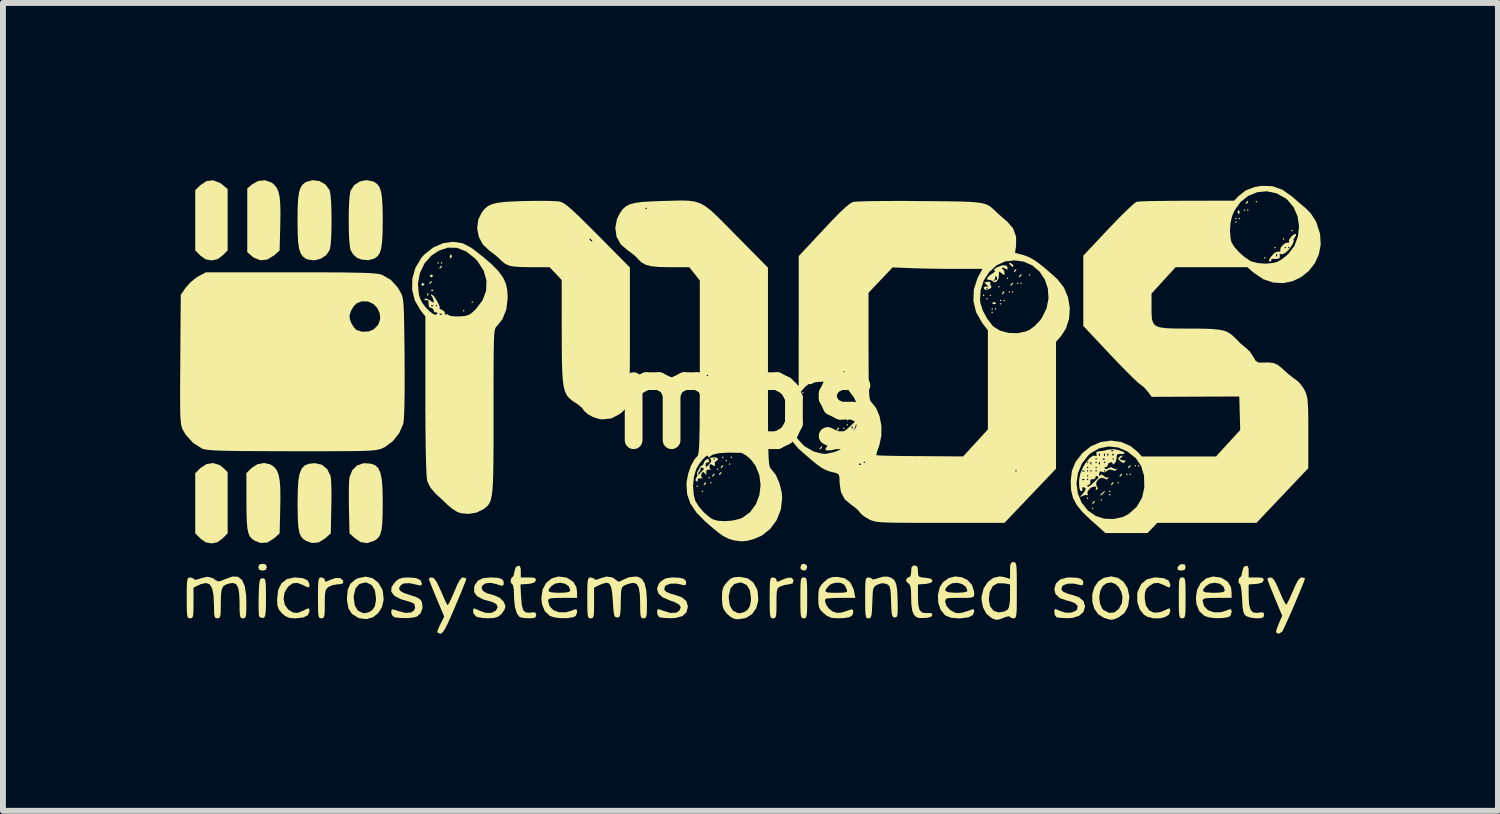
<source format=kicad_pcb>
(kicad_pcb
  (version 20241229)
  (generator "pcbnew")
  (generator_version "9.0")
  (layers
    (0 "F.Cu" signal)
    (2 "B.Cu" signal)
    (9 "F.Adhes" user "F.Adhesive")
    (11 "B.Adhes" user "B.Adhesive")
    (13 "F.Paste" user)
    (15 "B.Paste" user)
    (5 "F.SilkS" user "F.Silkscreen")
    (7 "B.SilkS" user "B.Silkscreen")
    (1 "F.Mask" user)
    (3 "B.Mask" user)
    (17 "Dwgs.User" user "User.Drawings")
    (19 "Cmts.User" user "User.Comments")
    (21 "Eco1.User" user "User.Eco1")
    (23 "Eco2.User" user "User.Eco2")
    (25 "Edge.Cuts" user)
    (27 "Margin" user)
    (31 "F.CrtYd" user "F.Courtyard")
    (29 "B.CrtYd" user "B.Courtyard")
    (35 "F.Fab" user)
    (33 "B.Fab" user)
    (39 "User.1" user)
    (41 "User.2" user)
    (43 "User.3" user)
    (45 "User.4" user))
  (footprint "mos"
    (layer "F.Cu")
    (at 9.608 3.726)
    (property "Reference" "mos" (at 0 0 0) (layer "F.SilkS") (effects (font (size 1.5 1.5) (thickness 0.3))))
    (attr board_only exclude_from_pos_files exclude_from_bom)
    (fp_poly (pts (xy -5.224 -2.324) (xy -5.239 -2.309) (xy -5.253 -2.324) (xy -5.239 -2.338)) (stroke (width 0) (type solid)) (fill yes) (layer "F.SilkS"))
    (fp_poly (pts (xy -5.167 -2.324) (xy -5.181 -2.309) (xy -5.195 -2.324) (xy -5.181 -2.338)) (stroke (width 0) (type solid)) (fill yes) (layer "F.SilkS"))
    (fp_poly (pts (xy -4.791 -1.515) (xy -4.806 -1.501) (xy -4.82 -1.515) (xy -4.806 -1.53)) (stroke (width 0) (type solid)) (fill yes) (layer "F.SilkS"))
    (fp_poly (pts (xy -4.647 -1.66) (xy -4.661 -1.645) (xy -4.676 -1.66) (xy -4.661 -1.674)) (stroke (width 0) (type solid)) (fill yes) (layer "F.SilkS"))
    (fp_poly (pts (xy -0.837 1.458) (xy -0.851 1.472) (xy -0.866 1.458) (xy -0.851 1.443)) (stroke (width 0) (type solid)) (fill yes) (layer "F.SilkS"))
    (fp_poly (pts (xy -0.75 1.544) (xy -0.765 1.559) (xy -0.779 1.544) (xy -0.765 1.53)) (stroke (width 0) (type solid)) (fill yes) (layer "F.SilkS"))
    (fp_poly (pts (xy -0.635 1.313) (xy -0.649 1.328) (xy -0.664 1.313) (xy -0.649 1.299)) (stroke (width 0) (type solid)) (fill yes) (layer "F.SilkS"))
    (fp_poly (pts (xy -0.606 1.4) (xy -0.621 1.414) (xy -0.635 1.4) (xy -0.621 1.385)) (stroke (width 0) (type solid)) (fill yes) (layer "F.SilkS"))
    (fp_poly (pts (xy -0.491 1.169) (xy -0.505 1.183) (xy -0.52 1.169) (xy -0.505 1.155)) (stroke (width 0) (type solid)) (fill yes) (layer "F.SilkS"))
    (fp_poly (pts (xy -0.404 0.967) (xy -0.419 0.981) (xy -0.433 0.967) (xy -0.419 0.953)) (stroke (width 0) (type solid)) (fill yes) (layer "F.SilkS"))
    (fp_poly (pts (xy -0.346 1.025) (xy -0.361 1.039) (xy -0.375 1.025) (xy -0.361 1.01)) (stroke (width 0) (type solid)) (fill yes) (layer "F.SilkS"))
    (fp_poly (pts (xy -0.289 1.082) (xy -0.303 1.097) (xy -0.318 1.082) (xy -0.303 1.068)) (stroke (width 0) (type solid)) (fill yes) (layer "F.SilkS"))
    (fp_poly (pts (xy -0.26 0.967) (xy -0.274 0.981) (xy -0.289 0.967) (xy -0.274 0.953)) (stroke (width 0) (type solid)) (fill yes) (layer "F.SilkS"))
    (fp_poly (pts (xy 0.953 -0.13) (xy 0.938 -0.115) (xy 0.924 -0.13) (xy 0.938 -0.144)) (stroke (width 0) (type solid)) (fill yes) (layer "F.SilkS"))
    (fp_poly (pts (xy 1.414 0.649) (xy 1.4 0.664) (xy 1.385 0.649) (xy 1.4 0.635)) (stroke (width 0) (type solid)) (fill yes) (layer "F.SilkS"))
    (fp_poly (pts (xy 1.443 0.592) (xy 1.429 0.606) (xy 1.414 0.592) (xy 1.429 0.577)) (stroke (width 0) (type solid)) (fill yes) (layer "F.SilkS"))
    (fp_poly (pts (xy 1.645 0.476) (xy 1.631 0.491) (xy 1.616 0.476) (xy 1.631 0.462)) (stroke (width 0) (type solid)) (fill yes) (layer "F.SilkS"))
    (fp_poly (pts (xy 1.703 0.419) (xy 1.689 0.433) (xy 1.674 0.419) (xy 1.689 0.404)) (stroke (width 0) (type solid)) (fill yes) (layer "F.SilkS"))
    (fp_poly (pts (xy 1.847 0.188) (xy 1.833 0.202) (xy 1.818 0.188) (xy 1.833 0.173)) (stroke (width 0) (type solid)) (fill yes) (layer "F.SilkS"))
    (fp_poly (pts (xy 1.847 0.274) (xy 1.833 0.289) (xy 1.818 0.274) (xy 1.833 0.26)) (stroke (width 0) (type solid)) (fill yes) (layer "F.SilkS"))
    (fp_poly (pts (xy 4.012 -1.775) (xy 3.998 -1.761) (xy 3.983 -1.775) (xy 3.998 -1.79)) (stroke (width 0) (type solid)) (fill yes) (layer "F.SilkS"))
    (fp_poly (pts (xy 4.07 -1.717) (xy 4.055 -1.703) (xy 4.041 -1.717) (xy 4.055 -1.732)) (stroke (width 0) (type solid)) (fill yes) (layer "F.SilkS"))
    (fp_poly (pts (xy 4.128 -1.775) (xy 4.113 -1.761) (xy 4.099 -1.775) (xy 4.113 -1.79)) (stroke (width 0) (type solid)) (fill yes) (layer "F.SilkS"))
    (fp_poly (pts (xy 4.156 -1.544) (xy 4.142 -1.53) (xy 4.128 -1.544) (xy 4.142 -1.559)) (stroke (width 0) (type solid)) (fill yes) (layer "F.SilkS"))
    (fp_poly (pts (xy 4.156 -1.486) (xy 4.142 -1.472) (xy 4.128 -1.486) (xy 4.142 -1.501)) (stroke (width 0) (type solid)) (fill yes) (layer "F.SilkS"))
    (fp_poly (pts (xy 4.214 -1.544) (xy 4.2 -1.53) (xy 4.185 -1.544) (xy 4.2 -1.559)) (stroke (width 0) (type solid)) (fill yes) (layer "F.SilkS"))
    (fp_poly (pts (xy 4.272 -1.919) (xy 4.257 -1.905) (xy 4.243 -1.919) (xy 4.257 -1.934)) (stroke (width 0) (type solid)) (fill yes) (layer "F.SilkS"))
    (fp_poly (pts (xy 4.301 -1.689) (xy 4.286 -1.674) (xy 4.272 -1.689) (xy 4.286 -1.703)) (stroke (width 0) (type solid)) (fill yes) (layer "F.SilkS"))
    (fp_poly (pts (xy 4.301 -1.631) (xy 4.286 -1.616) (xy 4.272 -1.631) (xy 4.286 -1.645)) (stroke (width 0) (type solid)) (fill yes) (layer "F.SilkS"))
    (fp_poly (pts (xy 4.358 -1.689) (xy 4.344 -1.674) (xy 4.33 -1.689) (xy 4.344 -1.703)) (stroke (width 0) (type solid)) (fill yes) (layer "F.SilkS"))
    (fp_poly (pts (xy 4.416 -2.064) (xy 4.402 -2.049) (xy 4.387 -2.064) (xy 4.402 -2.078)) (stroke (width 0) (type solid)) (fill yes) (layer "F.SilkS"))
    (fp_poly (pts (xy 4.445 -1.833) (xy 4.431 -1.818) (xy 4.416 -1.833) (xy 4.431 -1.847)) (stroke (width 0) (type solid)) (fill yes) (layer "F.SilkS"))
    (fp_poly (pts (xy 4.503 -1.833) (xy 4.488 -1.818) (xy 4.474 -1.833) (xy 4.488 -1.847)) (stroke (width 0) (type solid)) (fill yes) (layer "F.SilkS"))
    (fp_poly (pts (xy 4.589 -1.977) (xy 4.575 -1.963) (xy 4.56 -1.977) (xy 4.575 -1.992)) (stroke (width 0) (type solid)) (fill yes) (layer "F.SilkS"))
    (fp_poly (pts (xy 4.647 -1.977) (xy 4.633 -1.963) (xy 4.618 -1.977) (xy 4.633 -1.992)) (stroke (width 0) (type solid)) (fill yes) (layer "F.SilkS"))
    (fp_poly (pts (xy 4.791 -2.121) (xy 4.777 -2.107) (xy 4.763 -2.121) (xy 4.777 -2.136)) (stroke (width 0) (type solid)) (fill yes) (layer "F.SilkS"))
    (fp_poly (pts (xy 5.773 1.66) (xy 5.758 1.674) (xy 5.744 1.66) (xy 5.758 1.645)) (stroke (width 0) (type solid)) (fill yes) (layer "F.SilkS"))
    (fp_poly (pts (xy 5.859 1.833) (xy 5.845 1.847) (xy 5.83 1.833) (xy 5.845 1.818)) (stroke (width 0) (type solid)) (fill yes) (layer "F.SilkS"))
    (fp_poly (pts (xy 6.004 1.689) (xy 5.989 1.703) (xy 5.975 1.689) (xy 5.989 1.674)) (stroke (width 0) (type solid)) (fill yes) (layer "F.SilkS"))
    (fp_poly (pts (xy 6.148 1.544) (xy 6.134 1.559) (xy 6.119 1.544) (xy 6.134 1.53)) (stroke (width 0) (type solid)) (fill yes) (layer "F.SilkS"))
    (fp_poly (pts (xy 6.148 1.602) (xy 6.134 1.616) (xy 6.119 1.602) (xy 6.134 1.587)) (stroke (width 0) (type solid)) (fill yes) (layer "F.SilkS"))
    (fp_poly (pts (xy 6.292 1.4) (xy 6.278 1.414) (xy 6.263 1.4) (xy 6.278 1.385)) (stroke (width 0) (type solid)) (fill yes) (layer "F.SilkS"))
    (fp_poly (pts (xy 6.437 1.256) (xy 6.422 1.27) (xy 6.408 1.256) (xy 6.422 1.241)) (stroke (width 0) (type solid)) (fill yes) (layer "F.SilkS"))
    (fp_poly (pts (xy 6.494 1.256) (xy 6.48 1.27) (xy 6.465 1.256) (xy 6.48 1.241)) (stroke (width 0) (type solid)) (fill yes) (layer "F.SilkS"))
    (fp_poly (pts (xy 6.581 1.111) (xy 6.566 1.126) (xy 6.552 1.111) (xy 6.566 1.097)) (stroke (width 0) (type solid)) (fill yes) (layer "F.SilkS"))
    (fp_poly (pts (xy 6.639 1.111) (xy 6.624 1.126) (xy 6.61 1.111) (xy 6.624 1.097)) (stroke (width 0) (type solid)) (fill yes) (layer "F.SilkS"))
    (fp_poly (pts (xy 8.284 -3.074) (xy 8.269 -3.06) (xy 8.255 -3.074) (xy 8.269 -3.088)) (stroke (width 0) (type solid)) (fill yes) (layer "F.SilkS"))
    (fp_poly (pts (xy 8.284 -3.016) (xy 8.269 -3.002) (xy 8.255 -3.016) (xy 8.269 -3.031)) (stroke (width 0) (type solid)) (fill yes) (layer "F.SilkS"))
    (fp_poly (pts (xy 8.342 -3.074) (xy 8.327 -3.06) (xy 8.313 -3.074) (xy 8.327 -3.088)) (stroke (width 0) (type solid)) (fill yes) (layer "F.SilkS"))
    (fp_poly (pts (xy 8.428 -3.218) (xy 8.414 -3.204) (xy 8.399 -3.218) (xy 8.414 -3.233)) (stroke (width 0) (type solid)) (fill yes) (layer "F.SilkS"))
    (fp_poly (pts (xy 8.486 -3.218) (xy 8.471 -3.204) (xy 8.457 -3.218) (xy 8.471 -3.233)) (stroke (width 0) (type solid)) (fill yes) (layer "F.SilkS"))
    (fp_poly (pts (xy 8.63 -3.363) (xy 8.616 -3.348) (xy 8.601 -3.363) (xy 8.616 -3.377)) (stroke (width 0) (type solid)) (fill yes) (layer "F.SilkS"))
    (fp_poly (pts (xy 8.775 -2.41) (xy 8.76 -2.396) (xy 8.746 -2.41) (xy 8.76 -2.425)) (stroke (width 0) (type solid)) (fill yes) (layer "F.SilkS"))
    (fp_poly (pts (xy 8.948 -2.583) (xy 8.933 -2.569) (xy 8.919 -2.583) (xy 8.933 -2.598)) (stroke (width 0) (type solid)) (fill yes) (layer "F.SilkS"))
    (fp_poly (pts (xy 9.092 -2.728) (xy 9.078 -2.713) (xy 9.063 -2.728) (xy 9.078 -2.742)) (stroke (width 0) (type solid)) (fill yes) (layer "F.SilkS"))
    (fp_poly (pts (xy 9.236 -2.872) (xy 9.222 -2.857) (xy 9.207 -2.872) (xy 9.222 -2.886)) (stroke (width 0) (type solid)) (fill yes) (layer "F.SilkS"))
    (fp_poly (pts (xy -5.407 -1.809) (xy -5.404 -1.775) (xy -5.407 -1.77) (xy -5.424 -1.774) (xy -5.426 -1.79) (xy -5.416 -1.813)) (stroke (width 0) (type solid)) (fill yes) (layer "F.SilkS"))
    (fp_poly (pts (xy -5.321 -1.867) (xy -5.324 -1.849) (xy -5.34 -1.847) (xy -5.364 -1.858) (xy -5.359 -1.867) (xy -5.325 -1.87)) (stroke (width 0) (type solid)) (fill yes) (layer "F.SilkS"))
    (fp_poly (pts (xy -5.017 -2.465) (xy -5.005 -2.431) (xy -5.009 -2.423) (xy -5.033 -2.397) (xy -5.041 -2.427) (xy -5.042 -2.438) (xy -5.029 -2.467)) (stroke (width 0) (type solid)) (fill yes) (layer "F.SilkS"))
    (fp_poly (pts (xy 4.187 -1.658) (xy 4.212 -1.635) (xy 4.183 -1.626) (xy 4.172 -1.626) (xy 4.143 -1.639) (xy 4.145 -1.651) (xy 4.179 -1.662)) (stroke (width 0) (type solid)) (fill yes) (layer "F.SilkS"))
    (fp_poly (pts (xy 8.329 -3.206) (xy 8.332 -3.188) (xy 8.326 -3.149) (xy 8.305 -3.165) (xy 8.3 -3.173) (xy 8.301 -3.209) (xy 8.307 -3.215)) (stroke (width 0) (type solid)) (fill yes) (layer "F.SilkS"))
    (fp_poly (pts (xy -8.155 2.784) (xy -8.14 2.829) (xy -8.156 2.874) (xy -8.212 2.886) (xy -8.268 2.873) (xy -8.284 2.829) (xy -8.267 2.783) (xy -8.212 2.771)) (stroke (width 0) (type solid)) (fill yes) (layer "F.SilkS"))
    (fp_poly (pts (xy -5.47 -1.969) (xy -5.473 -1.958) (xy -5.496 -1.934) (xy -5.499 -1.934) (xy -5.522 -1.954) (xy -5.524 -1.958) (xy -5.516 -1.979) (xy -5.499 -1.982)) (stroke (width 0) (type solid)) (fill yes) (layer "F.SilkS"))
    (fp_poly (pts (xy -5.349 -2.002) (xy -5.354 -1.992) (xy -5.381 -1.964) (xy -5.386 -1.963) (xy -5.388 -1.981) (xy -5.383 -1.992) (xy -5.356 -2.019) (xy -5.351 -2.02)) (stroke (width 0) (type solid)) (fill yes) (layer "F.SilkS"))
    (fp_poly (pts (xy -5.326 -2.113) (xy -5.328 -2.102) (xy -5.352 -2.079) (xy -5.354 -2.078) (xy -5.377 -2.098) (xy -5.38 -2.102) (xy -5.371 -2.123) (xy -5.354 -2.126)) (stroke (width 0) (type solid)) (fill yes) (layer "F.SilkS"))
    (fp_poly (pts (xy -5.176 -2.262) (xy -5.181 -2.251) (xy -5.208 -2.224) (xy -5.213 -2.223) (xy -5.215 -2.241) (xy -5.21 -2.251) (xy -5.183 -2.279) (xy -5.178 -2.28)) (stroke (width 0) (type solid)) (fill yes) (layer "F.SilkS"))
    (fp_poly (pts (xy -0.702 1.404) (xy -0.707 1.414) (xy -0.734 1.442) (xy -0.739 1.443) (xy -0.741 1.425) (xy -0.736 1.414) (xy -0.709 1.387) (xy -0.704 1.385)) (stroke (width 0) (type solid)) (fill yes) (layer "F.SilkS"))
    (fp_poly (pts (xy -0.557 1.26) (xy -0.563 1.27) (xy -0.59 1.298) (xy -0.595 1.299) (xy -0.597 1.28) (xy -0.592 1.27) (xy -0.565 1.242) (xy -0.559 1.241)) (stroke (width 0) (type solid)) (fill yes) (layer "F.SilkS"))
    (fp_poly (pts (xy -0.442 1.231) (xy -0.447 1.241) (xy -0.475 1.269) (xy -0.48 1.27) (xy -0.482 1.251) (xy -0.476 1.241) (xy -0.449 1.214) (xy -0.444 1.212)) (stroke (width 0) (type solid)) (fill yes) (layer "F.SilkS"))
    (fp_poly (pts (xy -0.413 1.115) (xy -0.419 1.126) (xy -0.446 1.153) (xy -0.451 1.155) (xy -0.453 1.136) (xy -0.447 1.126) (xy -0.42 1.098) (xy -0.415 1.097)) (stroke (width 0) (type solid)) (fill yes) (layer "F.SilkS"))
    (fp_poly (pts (xy 1.001 2.791) (xy 1.01 2.829) (xy 0.99 2.877) (xy 0.953 2.886) (xy 0.904 2.866) (xy 0.895 2.829) (xy 0.915 2.78) (xy 0.953 2.771)) (stroke (width 0) (type solid)) (fill yes) (layer "F.SilkS"))
    (fp_poly (pts (xy 1.261 0.798) (xy 1.256 0.808) (xy 1.228 0.836) (xy 1.223 0.837) (xy 1.221 0.818) (xy 1.227 0.808) (xy 1.254 0.781) (xy 1.259 0.779)) (stroke (width 0) (type solid)) (fill yes) (layer "F.SilkS"))
    (fp_poly (pts (xy 1.55 0.48) (xy 1.544 0.491) (xy 1.517 0.518) (xy 1.512 0.52) (xy 1.51 0.501) (xy 1.515 0.491) (xy 1.543 0.463) (xy 1.548 0.462)) (stroke (width 0) (type solid)) (fill yes) (layer "F.SilkS"))
    (fp_poly (pts (xy 1.723 0.307) (xy 1.717 0.318) (xy 1.69 0.345) (xy 1.685 0.346) (xy 1.683 0.328) (xy 1.689 0.318) (xy 1.716 0.29) (xy 1.721 0.289)) (stroke (width 0) (type solid)) (fill yes) (layer "F.SilkS"))
    (fp_poly (pts (xy 4.349 -1.829) (xy 4.344 -1.818) (xy 4.317 -1.791) (xy 4.312 -1.79) (xy 4.31 -1.808) (xy 4.315 -1.818) (xy 4.342 -1.846) (xy 4.347 -1.847)) (stroke (width 0) (type solid)) (fill yes) (layer "F.SilkS"))
    (fp_poly (pts (xy 4.446 -2.324) (xy 4.455 -2.321) (xy 4.496 -2.293) (xy 4.503 -2.277) (xy 4.493 -2.253) (xy 4.46 -2.278) (xy 4.444 -2.295) (xy 4.423 -2.327)) (stroke (width 0) (type solid)) (fill yes) (layer "F.SilkS"))
    (fp_poly (pts (xy 4.494 -1.973) (xy 4.488 -1.963) (xy 4.461 -1.935) (xy 4.456 -1.934) (xy 4.454 -1.953) (xy 4.459 -1.963) (xy 4.487 -1.99) (xy 4.492 -1.992)) (stroke (width 0) (type solid)) (fill yes) (layer "F.SilkS"))
    (fp_poly (pts (xy 4.551 -2.204) (xy 4.546 -2.194) (xy 4.519 -2.166) (xy 4.514 -2.165) (xy 4.512 -2.183) (xy 4.517 -2.194) (xy 4.544 -2.221) (xy 4.549 -2.223)) (stroke (width 0) (type solid)) (fill yes) (layer "F.SilkS"))
    (fp_poly (pts (xy 4.638 -2.117) (xy 4.633 -2.107) (xy 4.605 -2.079) (xy 4.6 -2.078) (xy 4.598 -2.097) (xy 4.604 -2.107) (xy 4.631 -2.135) (xy 4.636 -2.136)) (stroke (width 0) (type solid)) (fill yes) (layer "F.SilkS"))
    (fp_poly (pts (xy 5.879 1.722) (xy 5.874 1.732) (xy 5.847 1.759) (xy 5.841 1.761) (xy 5.84 1.742) (xy 5.845 1.732) (xy 5.872 1.704) (xy 5.877 1.703)) (stroke (width 0) (type solid)) (fill yes) (layer "F.SilkS"))
    (fp_poly (pts (xy 6.052 1.545) (xy 6.036 1.566) (xy 5.994 1.611) (xy 5.975 1.611) (xy 5.975 1.605) (xy 5.994 1.581) (xy 6.025 1.555) (xy 6.059 1.53)) (stroke (width 0) (type solid)) (fill yes) (layer "F.SilkS"))
    (fp_poly (pts (xy 6.197 1.404) (xy 6.191 1.414) (xy 6.164 1.442) (xy 6.159 1.443) (xy 6.157 1.425) (xy 6.162 1.414) (xy 6.19 1.387) (xy 6.195 1.385)) (stroke (width 0) (type solid)) (fill yes) (layer "F.SilkS"))
    (fp_poly (pts (xy 6.341 1.26) (xy 6.336 1.27) (xy 6.308 1.298) (xy 6.303 1.299) (xy 6.301 1.28) (xy 6.307 1.27) (xy 6.334 1.242) (xy 6.339 1.241)) (stroke (width 0) (type solid)) (fill yes) (layer "F.SilkS"))
    (fp_poly (pts (xy 6.485 1.115) (xy 6.48 1.126) (xy 6.453 1.153) (xy 6.448 1.155) (xy 6.446 1.136) (xy 6.451 1.126) (xy 6.478 1.098) (xy 6.483 1.097)) (stroke (width 0) (type solid)) (fill yes) (layer "F.SilkS"))
    (fp_poly (pts (xy 8.477 -3.358) (xy 8.471 -3.348) (xy 8.444 -3.321) (xy 8.439 -3.319) (xy 8.437 -3.338) (xy 8.443 -3.348) (xy 8.47 -3.376) (xy 8.475 -3.377)) (stroke (width 0) (type solid)) (fill yes) (layer "F.SilkS"))
    (fp_poly (pts (xy 7.404 2.782) (xy 7.418 2.826) (xy 7.418 2.827) (xy 7.403 2.873) (xy 7.347 2.886) (xy 7.344 2.886) (xy 7.289 2.876) (xy 7.279 2.839) (xy 7.279 2.836) (xy 7.312 2.792) (xy 7.353 2.776)) (stroke (width 0) (type solid)) (fill yes) (layer "F.SilkS"))
    (fp_poly (pts (xy 6.35 0.949) (xy 6.327 0.979) (xy 6.314 0.982) (xy 6.298 0.991) (xy 6.32 1.009) (xy 6.37 1.023) (xy 6.389 1.018) (xy 6.403 1.021) (xy 6.396 1.035) (xy 6.375 1.063) (xy 6.351 1.059) (xy 6.31 1.03) (xy 6.275 0.997) (xy 6.288 0.969) (xy 6.304 0.955) (xy 6.342 0.934)) (stroke (width 0) (type solid)) (fill yes) (layer "F.SilkS"))
    (fp_poly (pts (xy -8.939 1.098) (xy -8.88 1.144) (xy -8.803 1.22) (xy -8.803 1.738) (xy -8.803 2.256) (xy -8.888 2.34) (xy -8.972 2.404) (xy -9.066 2.424) (xy -9.078 2.425) (xy -9.174 2.408) (xy -9.258 2.349) (xy -9.267 2.34) (xy -9.352 2.256) (xy -9.352 1.746) (xy -9.352 1.237) (xy -9.267 1.152) (xy -9.163 1.083) (xy -9.05 1.065)) (stroke (width 0) (type solid)) (fill yes) (layer "F.SilkS"))
    (fp_poly (pts (xy -8.936 -3.681) (xy -8.892 -3.649) (xy -8.803 -3.574) (xy -8.803 -3.055) (xy -8.803 -2.536) (xy -8.888 -2.451) (xy -8.972 -2.388) (xy -9.066 -2.367) (xy -9.078 -2.367) (xy -9.174 -2.384) (xy -9.258 -2.442) (xy -9.267 -2.451) (xy -9.352 -2.536) (xy -9.352 -3.045) (xy -9.352 -3.555) (xy -9.267 -3.639) (xy -9.163 -3.709) (xy -9.051 -3.723)) (stroke (width 0) (type solid)) (fill yes) (layer "F.SilkS"))
    (fp_poly (pts (xy -8.059 -3.684) (xy -8.015 -3.649) (xy -7.974 -3.598) (xy -7.944 -3.533) (xy -7.924 -3.447) (xy -7.913 -3.33) (xy -7.909 -3.174) (xy -7.912 -2.97) (xy -7.913 -2.93) (xy -7.923 -2.535) (xy -8.017 -2.451) (xy -8.13 -2.382) (xy -8.245 -2.368) (xy -8.356 -2.41) (xy -8.39 -2.436) (xy -8.471 -2.506) (xy -8.471 -3.045) (xy -8.471 -3.584) (xy -8.39 -3.654) (xy -8.283 -3.713) (xy -8.168 -3.723)) (stroke (width 0) (type solid)) (fill yes) (layer "F.SilkS"))
    (fp_poly (pts (xy -8.187 3.02) (xy -8.17 3.037) (xy -8.161 3.077) (xy -8.156 3.151) (xy -8.154 3.267) (xy -8.154 3.348) (xy -8.155 3.492) (xy -8.159 3.588) (xy -8.167 3.646) (xy -8.18 3.676) (xy -8.201 3.688) (xy -8.205 3.689) (xy -8.255 3.678) (xy -8.271 3.659) (xy -8.276 3.614) (xy -8.279 3.526) (xy -8.279 3.409) (xy -8.278 3.317) (xy -8.273 3.183) (xy -8.267 3.095) (xy -8.257 3.045) (xy -8.241 3.022) (xy -8.217 3.016) (xy -8.212 3.016)) (stroke (width 0) (type solid)) (fill yes) (layer "F.SilkS"))
    (fp_poly (pts (xy -8.077 1.089) (xy -8.011 1.136) (xy -7.971 1.188) (xy -7.942 1.258) (xy -7.923 1.355) (xy -7.912 1.485) (xy -7.91 1.657) (xy -7.913 1.862) (xy -7.923 2.256) (xy -8.017 2.34) (xy -8.127 2.409) (xy -8.241 2.419) (xy -8.338 2.384) (xy -8.388 2.351) (xy -8.426 2.31) (xy -8.452 2.252) (xy -8.469 2.168) (xy -8.479 2.051) (xy -8.484 1.892) (xy -8.485 1.722) (xy -8.486 1.237) (xy -8.402 1.152) (xy -8.3 1.085) (xy -8.187 1.064)) (stroke (width 0) (type solid)) (fill yes) (layer "F.SilkS"))
    (fp_poly (pts (xy 0.977 3.005) (xy 0.993 3.022) (xy 1.003 3.061) (xy 1.008 3.133) (xy 1.01 3.246) (xy 1.01 3.348) (xy 1.01 3.494) (xy 1.007 3.592) (xy 1 3.652) (xy 0.988 3.682) (xy 0.969 3.693) (xy 0.953 3.695) (xy 0.928 3.691) (xy 0.912 3.675) (xy 0.902 3.635) (xy 0.897 3.564) (xy 0.895 3.45) (xy 0.895 3.348) (xy 0.895 3.202) (xy 0.898 3.104) (xy 0.905 3.044) (xy 0.917 3.014) (xy 0.936 3.003) (xy 0.953 3.002)) (stroke (width 0) (type solid)) (fill yes) (layer "F.SilkS"))
    (fp_poly (pts (xy 7.385 3.005) (xy 7.401 3.022) (xy 7.411 3.061) (xy 7.416 3.133) (xy 7.418 3.246) (xy 7.418 3.348) (xy 7.417 3.494) (xy 7.415 3.592) (xy 7.408 3.652) (xy 7.396 3.682) (xy 7.377 3.693) (xy 7.36 3.695) (xy 7.336 3.691) (xy 7.32 3.675) (xy 7.31 3.635) (xy 7.305 3.564) (xy 7.303 3.45) (xy 7.303 3.348) (xy 7.303 3.202) (xy 7.306 3.104) (xy 7.312 3.044) (xy 7.324 3.014) (xy 7.343 3.003) (xy 7.36 3.002)) (stroke (width 0) (type solid)) (fill yes) (layer "F.SilkS"))
    (fp_poly (pts (xy 4.111 -2.001) (xy 4.11 -1.986) (xy 4.112 -1.947) (xy 4.123 -1.937) (xy 4.13 -1.91) (xy 4.102 -1.885) (xy 4.044 -1.868) (xy 4.014 -1.875) (xy 4.004 -1.891) (xy 4.041 -1.891) (xy 4.055 -1.876) (xy 4.07 -1.891) (xy 4.055 -1.905) (xy 4.041 -1.891) (xy 4.004 -1.891) (xy 3.997 -1.902) (xy 4.019 -1.923) (xy 4.061 -1.925) (xy 4.077 -1.919) (xy 4.086 -1.92) (xy 4.057 -1.946) (xy 4.02 -1.981) (xy 4.014 -1.994) (xy 4.05 -2) (xy 4.077 -2.006)) (stroke (width 0) (type solid)) (fill yes) (layer "F.SilkS"))
    (fp_poly (pts (xy -7.206 1.094) (xy -7.117 1.168) (xy -7.063 1.278) (xy -7.057 1.305) (xy -7.051 1.369) (xy -7.047 1.477) (xy -7.045 1.617) (xy -7.047 1.773) (xy -7.048 1.83) (xy -7.057 2.256) (xy -7.151 2.34) (xy -7.262 2.409) (xy -7.375 2.419) (xy -7.473 2.384) (xy -7.524 2.35) (xy -7.562 2.307) (xy -7.588 2.246) (xy -7.605 2.158) (xy -7.614 2.035) (xy -7.618 1.868) (xy -7.619 1.752) (xy -7.616 1.533) (xy -7.606 1.366) (xy -7.585 1.243) (xy -7.549 1.158) (xy -7.498 1.105) (xy -7.427 1.077) (xy -7.334 1.068) (xy -7.318 1.068)) (stroke (width 0) (type solid)) (fill yes) (layer "F.SilkS"))
    (fp_poly (pts (xy -6.382 1.075) (xy -6.308 1.1) (xy -6.253 1.15) (xy -6.216 1.231) (xy -6.192 1.349) (xy -6.18 1.512) (xy -6.177 1.725) (xy -6.177 1.743) (xy -6.179 1.942) (xy -6.185 2.092) (xy -6.198 2.201) (xy -6.22 2.277) (xy -6.253 2.33) (xy -6.298 2.368) (xy -6.325 2.383) (xy -6.443 2.421) (xy -6.551 2.404) (xy -6.645 2.34) (xy -6.74 2.256) (xy -6.749 1.83) (xy -6.751 1.67) (xy -6.751 1.523) (xy -6.748 1.402) (xy -6.742 1.321) (xy -6.74 1.305) (xy -6.694 1.188) (xy -6.612 1.106) (xy -6.504 1.069) (xy -6.479 1.068)) (stroke (width 0) (type solid)) (fill yes) (layer "F.SilkS"))
    (fp_poly (pts (xy -7.25 -3.71) (xy -7.15 -3.654) (xy -7.081 -3.563) (xy -7.074 -3.544) (xy -7.061 -3.475) (xy -7.051 -3.362) (xy -7.046 -3.22) (xy -7.044 -3.062) (xy -7.045 -2.902) (xy -7.05 -2.755) (xy -7.059 -2.634) (xy -7.072 -2.554) (xy -7.075 -2.543) (xy -7.134 -2.455) (xy -7.228 -2.394) (xy -7.338 -2.367) (xy -7.448 -2.382) (xy -7.483 -2.398) (xy -7.532 -2.435) (xy -7.568 -2.488) (xy -7.593 -2.565) (xy -7.609 -2.673) (xy -7.617 -2.821) (xy -7.62 -3.018) (xy -7.62 -3.045) (xy -7.618 -3.249) (xy -7.61 -3.403) (xy -7.595 -3.516) (xy -7.571 -3.595) (xy -7.535 -3.65) (xy -7.487 -3.688) (xy -7.477 -3.694) (xy -7.364 -3.725)) (stroke (width 0) (type solid)) (fill yes) (layer "F.SilkS"))
    (fp_poly (pts (xy -6.338 -3.703) (xy -6.32 -3.694) (xy -6.269 -3.658) (xy -6.232 -3.607) (xy -6.206 -3.532) (xy -6.189 -3.426) (xy -6.18 -3.279) (xy -6.177 -3.085) (xy -6.177 -3.045) (xy -6.179 -2.842) (xy -6.187 -2.687) (xy -6.202 -2.575) (xy -6.226 -2.495) (xy -6.262 -2.44) (xy -6.31 -2.402) (xy -6.32 -2.397) (xy -6.423 -2.37) (xy -6.54 -2.382) (xy -6.614 -2.411) (xy -6.678 -2.468) (xy -6.722 -2.544) (xy -6.735 -2.613) (xy -6.745 -2.726) (xy -6.751 -2.868) (xy -6.753 -3.026) (xy -6.752 -3.186) (xy -6.747 -3.333) (xy -6.738 -3.453) (xy -6.726 -3.533) (xy -6.723 -3.544) (xy -6.662 -3.64) (xy -6.566 -3.703) (xy -6.453 -3.726)) (stroke (width 0) (type solid)) (fill yes) (layer "F.SilkS"))
    (fp_poly (pts (xy 0.48 3.02) (xy 0.491 3.046) (xy 0.496 3.073) (xy 0.524 3.071) (xy 0.576 3.046) (xy 0.674 3.008) (xy 0.744 3.006) (xy 0.777 3.042) (xy 0.779 3.06) (xy 0.762 3.105) (xy 0.709 3.117) (xy 0.627 3.13) (xy 0.564 3.151) (xy 0.529 3.17) (xy 0.507 3.196) (xy 0.496 3.243) (xy 0.491 3.323) (xy 0.491 3.439) (xy 0.49 3.562) (xy 0.485 3.637) (xy 0.474 3.677) (xy 0.455 3.692) (xy 0.433 3.695) (xy 0.409 3.691) (xy 0.392 3.675) (xy 0.382 3.635) (xy 0.377 3.564) (xy 0.375 3.45) (xy 0.375 3.348) (xy 0.376 3.202) (xy 0.379 3.104) (xy 0.385 3.044) (xy 0.397 3.014) (xy 0.416 3.003) (xy 0.433 3.002)) (stroke (width 0) (type solid)) (fill yes) (layer "F.SilkS"))
    (fp_poly (pts (xy -7.169 3.02) (xy -7.158 3.046) (xy -7.152 3.072) (xy -7.124 3.07) (xy -7.07 3.044) (xy -6.976 3.011) (xy -6.899 3.013) (xy -6.852 3.048) (xy -6.846 3.067) (xy -6.852 3.102) (xy -6.895 3.116) (xy -6.933 3.117) (xy -7.022 3.131) (xy -7.094 3.162) (xy -7.126 3.19) (xy -7.145 3.228) (xy -7.155 3.29) (xy -7.158 3.391) (xy -7.158 3.451) (xy -7.159 3.57) (xy -7.164 3.642) (xy -7.176 3.679) (xy -7.197 3.693) (xy -7.216 3.695) (xy -7.24 3.691) (xy -7.257 3.675) (xy -7.267 3.635) (xy -7.272 3.564) (xy -7.273 3.45) (xy -7.274 3.348) (xy -7.273 3.202) (xy -7.27 3.104) (xy -7.264 3.044) (xy -7.252 3.014) (xy -7.233 3.003) (xy -7.216 3.002)) (stroke (width 0) (type solid)) (fill yes) (layer "F.SilkS"))
    (fp_poly (pts (xy 7.047 3.015) (xy 7.128 3.052) (xy 7.158 3.113) (xy 7.158 3.118) (xy 7.156 3.16) (xy 7.138 3.171) (xy 7.092 3.152) (xy 7.053 3.132) (xy 6.958 3.095) (xy 6.881 3.1) (xy 6.801 3.148) (xy 6.753 3.197) (xy 6.731 3.257) (xy 6.725 3.348) (xy 6.745 3.474) (xy 6.801 3.56) (xy 6.885 3.599) (xy 6.992 3.589) (xy 7.046 3.567) (xy 7.116 3.534) (xy 7.148 3.526) (xy 7.158 3.547) (xy 7.158 3.578) (xy 7.133 3.635) (xy 7.067 3.675) (xy 6.976 3.695) (xy 6.874 3.694) (xy 6.776 3.67) (xy 6.715 3.635) (xy 6.641 3.543) (xy 6.601 3.419) (xy 6.599 3.283) (xy 6.609 3.234) (xy 6.667 3.112) (xy 6.761 3.035) (xy 6.89 3.003) (xy 6.919 3.002)) (stroke (width 0) (type solid)) (fill yes) (layer "F.SilkS"))
    (fp_poly (pts (xy -6.349 3.015) (xy -6.253 3.089) (xy -6.186 3.204) (xy -6.175 3.238) (xy -6.161 3.377) (xy -6.189 3.502) (xy -6.252 3.605) (xy -6.342 3.676) (xy -6.452 3.708) (xy -6.572 3.693) (xy -6.599 3.682) (xy -6.698 3.619) (xy -6.757 3.528) (xy -6.781 3.4) (xy -6.783 3.348) (xy -6.668 3.348) (xy -6.65 3.477) (xy -6.598 3.564) (xy -6.515 3.605) (xy -6.48 3.608) (xy -6.405 3.588) (xy -6.35 3.55) (xy -6.31 3.488) (xy -6.293 3.394) (xy -6.292 3.348) (xy -6.31 3.22) (xy -6.362 3.133) (xy -6.445 3.091) (xy -6.48 3.088) (xy -6.573 3.113) (xy -6.636 3.185) (xy -6.665 3.3) (xy -6.668 3.348) (xy -6.783 3.348) (xy -6.769 3.207) (xy -6.723 3.106) (xy -6.638 3.035) (xy -6.591 3.013) (xy -6.466 2.988)) (stroke (width 0) (type solid)) (fill yes) (layer "F.SilkS"))
    (fp_poly (pts (xy -7.528 3.015) (xy -7.448 3.052) (xy -7.418 3.113) (xy -7.418 3.118) (xy -7.421 3.16) (xy -7.438 3.171) (xy -7.485 3.152) (xy -7.523 3.132) (xy -7.623 3.094) (xy -7.702 3.102) (xy -7.779 3.158) (xy -7.78 3.159) (xy -7.837 3.251) (xy -7.856 3.359) (xy -7.836 3.463) (xy -7.778 3.545) (xy -7.775 3.548) (xy -7.694 3.597) (xy -7.617 3.602) (xy -7.523 3.564) (xy -7.456 3.531) (xy -7.426 3.527) (xy -7.418 3.553) (xy -7.418 3.578) (xy -7.444 3.641) (xy -7.522 3.68) (xy -7.65 3.694) (xy -7.664 3.695) (xy -7.761 3.686) (xy -7.831 3.655) (xy -7.882 3.61) (xy -7.935 3.547) (xy -7.96 3.481) (xy -7.966 3.386) (xy -7.966 3.377) (xy -7.948 3.217) (xy -7.893 3.102) (xy -7.801 3.03) (xy -7.672 3.003) (xy -7.654 3.002)) (stroke (width 0) (type solid)) (fill yes) (layer "F.SilkS"))
    (fp_poly (pts (xy 6.272 3.008) (xy 6.368 3.077) (xy 6.435 3.182) (xy 6.465 3.319) (xy 6.465 3.342) (xy 6.444 3.491) (xy 6.382 3.605) (xy 6.283 3.68) (xy 6.277 3.682) (xy 6.205 3.711) (xy 6.155 3.719) (xy 6.099 3.707) (xy 6.036 3.686) (xy 5.937 3.624) (xy 5.871 3.528) (xy 5.838 3.411) (xy 5.838 3.338) (xy 5.956 3.338) (xy 5.968 3.445) (xy 6.007 3.531) (xy 6.028 3.553) (xy 6.123 3.602) (xy 6.212 3.594) (xy 6.29 3.532) (xy 6.339 3.438) (xy 6.35 3.34) (xy 6.33 3.247) (xy 6.287 3.167) (xy 6.225 3.111) (xy 6.152 3.086) (xy 6.075 3.102) (xy 6.015 3.149) (xy 5.972 3.232) (xy 5.956 3.338) (xy 5.838 3.338) (xy 5.838 3.287) (xy 5.872 3.169) (xy 5.938 3.071) (xy 6.029 3.01) (xy 6.156 2.984)) (stroke (width 0) (type solid)) (fill yes) (layer "F.SilkS"))
    (fp_poly (pts (xy -4.771 3.013) (xy -4.763 3.027) (xy -4.773 3.061) (xy -4.803 3.138) (xy -4.848 3.25) (xy -4.905 3.387) (xy -4.954 3.503) (xy -5.028 3.676) (xy -5.085 3.801) (xy -5.129 3.884) (xy -5.163 3.933) (xy -5.19 3.953) (xy -5.199 3.954) (xy -5.244 3.941) (xy -5.253 3.924) (xy -5.241 3.882) (xy -5.21 3.811) (xy -5.194 3.779) (xy -5.136 3.664) (xy -5.267 3.354) (xy -5.318 3.23) (xy -5.36 3.126) (xy -5.388 3.053) (xy -5.397 3.023) (xy -5.373 3.005) (xy -5.344 3.002) (xy -5.308 3.018) (xy -5.267 3.073) (xy -5.218 3.173) (xy -5.194 3.226) (xy -5.149 3.33) (xy -5.111 3.414) (xy -5.086 3.463) (xy -5.082 3.469) (xy -5.065 3.454) (xy -5.033 3.395) (xy -4.991 3.303) (xy -4.967 3.246) (xy -4.914 3.121) (xy -4.871 3.044) (xy -4.836 3.007) (xy -4.816 3.002)) (stroke (width 0) (type solid)) (fill yes) (layer "F.SilkS"))
    (fp_poly (pts (xy 9.429 3.011) (xy 9.439 3.023) (xy 9.428 3.058) (xy 9.398 3.134) (xy 9.354 3.241) (xy 9.301 3.368) (xy 9.244 3.503) (xy 9.186 3.635) (xy 9.133 3.754) (xy 9.09 3.848) (xy 9.062 3.906) (xy 9.055 3.918) (xy 9.007 3.951) (xy 8.987 3.954) (xy 8.953 3.934) (xy 8.95 3.918) (xy 8.962 3.871) (xy 8.991 3.796) (xy 9.003 3.767) (xy 9.054 3.651) (xy 8.929 3.351) (xy 8.879 3.229) (xy 8.838 3.126) (xy 8.811 3.054) (xy 8.803 3.026) (xy 8.827 3.006) (xy 8.858 3.002) (xy 8.892 3.017) (xy 8.931 3.068) (xy 8.977 3.163) (xy 9.007 3.233) (xy 9.052 3.337) (xy 9.09 3.416) (xy 9.116 3.459) (xy 9.121 3.464) (xy 9.139 3.439) (xy 9.173 3.373) (xy 9.216 3.277) (xy 9.235 3.233) (xy 9.288 3.112) (xy 9.33 3.039) (xy 9.366 3.006) (xy 9.384 3.002)) (stroke (width 0) (type solid)) (fill yes) (layer "F.SilkS"))
    (fp_poly (pts (xy -3.855 2.81) (xy -3.841 2.851) (xy -3.839 2.899) (xy -3.839 3.002) (xy -3.707 3.002) (xy -3.626 3.005) (xy -3.589 3.02) (xy -3.584 3.05) (xy -3.584 3.052) (xy -3.61 3.088) (xy -3.675 3.107) (xy -3.72 3.112) (xy -3.845 3.121) (xy -3.834 3.337) (xy -3.822 3.468) (xy -3.8 3.551) (xy -3.76 3.592) (xy -3.699 3.6) (xy -3.658 3.595) (xy -3.601 3.592) (xy -3.58 3.619) (xy -3.579 3.638) (xy -3.588 3.674) (xy -3.626 3.691) (xy -3.702 3.694) (xy -3.786 3.689) (xy -3.848 3.677) (xy -3.859 3.672) (xy -3.906 3.611) (xy -3.939 3.501) (xy -3.954 3.352) (xy -3.954 3.303) (xy -3.958 3.206) (xy -3.969 3.139) (xy -3.983 3.117) (xy -4.007 3.093) (xy -4.012 3.06) (xy -4.001 3.013) (xy -3.985 3.002) (xy -3.964 2.977) (xy -3.95 2.915) (xy -3.949 2.908) (xy -3.926 2.831) (xy -3.889 2.805)) (stroke (width 0) (type solid)) (fill yes) (layer "F.SilkS"))
    (fp_poly (pts (xy -0.00027 3.016) (xy 0.098 3.086) (xy 0.161 3.201) (xy 0.172 3.243) (xy 0.183 3.392) (xy 0.148 3.522) (xy 0.076 3.624) (xy -0.028 3.689) (xy -0.156 3.711) (xy -0.223 3.703) (xy -0.283 3.674) (xy -0.349 3.616) (xy -0.36 3.604) (xy -0.404 3.54) (xy -0.426 3.468) (xy -0.433 3.366) (xy -0.433 3.348) (xy -0.318 3.348) (xy -0.3 3.477) (xy -0.248 3.564) (xy -0.165 3.605) (xy -0.13 3.608) (xy -0.055 3.588) (xy 0 3.55) (xy 0.04 3.488) (xy 0.057 3.394) (xy 0.058 3.348) (xy 0.04 3.22) (xy -0.012 3.133) (xy -0.095 3.091) (xy -0.13 3.088) (xy -0.223 3.113) (xy -0.286 3.185) (xy -0.315 3.3) (xy -0.318 3.348) (xy -0.433 3.348) (xy -0.433 3.346) (xy -0.429 3.241) (xy -0.411 3.17) (xy -0.373 3.11) (xy -0.351 3.084) (xy -0.289 3.025) (xy -0.225 2.998) (xy -0.133 2.992)) (stroke (width 0) (type solid)) (fill yes) (layer "F.SilkS"))
    (fp_poly (pts (xy 2.869 2.811) (xy 2.885 2.856) (xy 2.886 2.899) (xy 2.89 2.962) (xy 2.912 2.992) (xy 2.968 3.004) (xy 3.009 3.007) (xy 3.095 3.021) (xy 3.13 3.049) (xy 3.132 3.06) (xy 3.109 3.091) (xy 3.038 3.109) (xy 3.009 3.112) (xy 2.886 3.121) (xy 2.886 3.332) (xy 2.892 3.465) (xy 2.912 3.55) (xy 2.952 3.594) (xy 3.016 3.606) (xy 3.051 3.603) (xy 3.113 3.606) (xy 3.132 3.637) (xy 3.112 3.667) (xy 3.047 3.684) (xy 2.997 3.689) (xy 2.908 3.689) (xy 2.855 3.672) (xy 2.817 3.632) (xy 2.789 3.564) (xy 2.774 3.456) (xy 2.771 3.345) (xy 2.768 3.225) (xy 2.758 3.151) (xy 2.74 3.114) (xy 2.728 3.107) (xy 2.689 3.068) (xy 2.684 3.046) (xy 2.707 3.007) (xy 2.728 3.002) (xy 2.76 2.98) (xy 2.771 2.91) (xy 2.771 2.901) (xy 2.777 2.831) (xy 2.803 2.803) (xy 2.829 2.8)) (stroke (width 0) (type solid)) (fill yes) (layer "F.SilkS"))
    (fp_poly (pts (xy 8.47 2.81) (xy 8.484 2.851) (xy 8.486 2.899) (xy 8.486 3.002) (xy 8.618 3.002) (xy 8.699 3.005) (xy 8.736 3.02) (xy 8.741 3.05) (xy 8.74 3.052) (xy 8.714 3.089) (xy 8.647 3.108) (xy 8.608 3.112) (xy 8.486 3.121) (xy 8.486 3.315) (xy 8.493 3.456) (xy 8.517 3.547) (xy 8.56 3.594) (xy 8.628 3.603) (xy 8.655 3.599) (xy 8.718 3.591) (xy 8.743 3.609) (xy 8.746 3.638) (xy 8.737 3.674) (xy 8.699 3.691) (xy 8.621 3.695) (xy 8.53 3.685) (xy 8.455 3.662) (xy 8.441 3.654) (xy 8.412 3.623) (xy 8.394 3.573) (xy 8.382 3.492) (xy 8.375 3.366) (xy 8.375 3.365) (xy 8.367 3.253) (xy 8.356 3.168) (xy 8.344 3.122) (xy 8.339 3.117) (xy 8.318 3.093) (xy 8.313 3.06) (xy 8.324 3.013) (xy 8.34 3.002) (xy 8.361 2.977) (xy 8.375 2.915) (xy 8.376 2.908) (xy 8.399 2.831) (xy 8.435 2.805)) (stroke (width 0) (type solid)) (fill yes) (layer "F.SilkS"))
    (fp_poly (pts (xy -5.613 3.013) (xy -5.54 3.046) (xy -5.513 3.105) (xy -5.513 3.112) (xy -5.53 3.139) (xy -5.578 3.132) (xy -5.72 3.099) (xy -5.82 3.103) (xy -5.868 3.13) (xy -5.901 3.182) (xy -5.885 3.226) (xy -5.818 3.266) (xy -5.713 3.301) (xy -5.608 3.335) (xy -5.546 3.371) (xy -5.514 3.417) (xy -5.513 3.421) (xy -5.502 3.517) (xy -5.536 3.607) (xy -5.596 3.664) (xy -5.66 3.681) (xy -5.758 3.69) (xy -5.866 3.689) (xy -5.961 3.679) (xy -5.982 3.675) (xy -6.023 3.638) (xy -6.032 3.595) (xy -6.03 3.555) (xy -6.012 3.542) (xy -5.965 3.553) (xy -5.909 3.573) (xy -5.79 3.602) (xy -5.698 3.596) (xy -5.642 3.557) (xy -5.628 3.507) (xy -5.644 3.449) (xy -5.7 3.42) (xy -5.708 3.418) (xy -5.872 3.37) (xy -5.981 3.312) (xy -6.033 3.244) (xy -6.028 3.166) (xy -5.967 3.078) (xy -5.962 3.073) (xy -5.905 3.028) (xy -5.835 3.007) (xy -5.737 3.002)) (stroke (width 0) (type solid)) (fill yes) (layer "F.SilkS"))
    (fp_poly (pts (xy -1.145 3.008) (xy -1.074 3.027) (xy -1.043 3.065) (xy -1.039 3.093) (xy -1.049 3.133) (xy -1.089 3.132) (xy -1.104 3.127) (xy -1.207 3.106) (xy -1.305 3.108) (xy -1.376 3.133) (xy -1.396 3.153) (xy -1.411 3.205) (xy -1.378 3.246) (xy -1.294 3.28) (xy -1.238 3.294) (xy -1.112 3.338) (xy -1.037 3.401) (xy -1.01 3.488) (xy -1.01 3.496) (xy -1.034 3.593) (xy -1.105 3.658) (xy -1.222 3.689) (xy -1.297 3.692) (xy -1.393 3.689) (xy -1.467 3.681) (xy -1.494 3.675) (xy -1.522 3.638) (xy -1.53 3.593) (xy -1.527 3.549) (xy -1.506 3.539) (xy -1.453 3.556) (xy -1.43 3.566) (xy -1.306 3.603) (xy -1.209 3.599) (xy -1.155 3.565) (xy -1.13 3.509) (xy -1.158 3.461) (xy -1.24 3.417) (xy -1.311 3.393) (xy -1.434 3.341) (xy -1.509 3.273) (xy -1.533 3.194) (xy -1.503 3.11) (xy -1.463 3.065) (xy -1.389 3.019) (xy -1.286 3.002) (xy -1.263 3.002)) (stroke (width 0) (type solid)) (fill yes) (layer "F.SilkS"))
    (fp_poly (pts (xy 5.578 3.007) (xy 5.649 3.027) (xy 5.682 3.063) (xy 5.686 3.093) (xy 5.676 3.133) (xy 5.636 3.132) (xy 5.621 3.127) (xy 5.518 3.106) (xy 5.421 3.108) (xy 5.349 3.133) (xy 5.329 3.153) (xy 5.314 3.205) (xy 5.347 3.246) (xy 5.431 3.28) (xy 5.487 3.294) (xy 5.614 3.338) (xy 5.689 3.401) (xy 5.715 3.488) (xy 5.715 3.495) (xy 5.689 3.585) (xy 5.616 3.651) (xy 5.503 3.687) (xy 5.415 3.692) (xy 5.323 3.688) (xy 5.253 3.681) (xy 5.232 3.675) (xy 5.204 3.639) (xy 5.195 3.59) (xy 5.199 3.545) (xy 5.218 3.536) (xy 5.27 3.559) (xy 5.284 3.566) (xy 5.383 3.598) (xy 5.481 3.598) (xy 5.557 3.568) (xy 5.582 3.541) (xy 5.59 3.485) (xy 5.544 3.438) (xy 5.446 3.401) (xy 5.403 3.392) (xy 5.284 3.351) (xy 5.215 3.282) (xy 5.195 3.201) (xy 5.221 3.105) (xy 5.292 3.038) (xy 5.404 3.005) (xy 5.458 3.002)) (stroke (width 0) (type solid)) (fill yes) (layer "F.SilkS"))
    (fp_poly (pts (xy 4.385 -2.278) (xy 4.404 -2.243) (xy 4.402 -2.208) (xy 4.374 -2.222) (xy 4.37 -2.225) (xy 4.327 -2.245) (xy 4.31 -2.241) (xy 4.311 -2.223) (xy 4.319 -2.223) (xy 4.342 -2.198) (xy 4.351 -2.162) (xy 4.35 -2.12) (xy 4.329 -2.126) (xy 4.304 -2.147) (xy 4.266 -2.177) (xy 4.256 -2.16) (xy 4.258 -2.129) (xy 4.25 -2.058) (xy 4.219 -2.009) (xy 4.179 -1.994) (xy 4.142 -2.021) (xy 4.131 -2.026) (xy 4.159 -2.026) (xy 4.176 -2.023) (xy 4.221 -2.04) (xy 4.227 -2.047) (xy 4.223 -2.084) (xy 4.21 -2.095) (xy 4.19 -2.099) (xy 4.195 -2.085) (xy 4.192 -2.049) (xy 4.178 -2.04) (xy 4.159 -2.026) (xy 4.131 -2.026) (xy 4.108 -2.038) (xy 4.099 -2.035) (xy 4.063 -2.04) (xy 4.056 -2.048) (xy 4.066 -2.08) (xy 4.114 -2.123) (xy 4.133 -2.135) (xy 4.183 -2.171) (xy 4.194 -2.192) (xy 4.186 -2.194) (xy 4.168 -2.203) (xy 4.19 -2.227) (xy 4.236 -2.254) (xy 4.294 -2.277) (xy 4.327 -2.285)) (stroke (width 0) (type solid)) (fill yes) (layer "F.SilkS"))
    (fp_poly (pts (xy -4.23 3.008) (xy -4.161 3.029) (xy -4.13 3.067) (xy -4.128 3.091) (xy -4.132 3.131) (xy -4.155 3.143) (xy -4.21 3.13) (xy -4.258 3.113) (xy -4.355 3.093) (xy -4.438 3.103) (xy -4.491 3.139) (xy -4.503 3.176) (xy -4.482 3.228) (xy -4.415 3.269) (xy -4.297 3.303) (xy -4.293 3.304) (xy -4.201 3.343) (xy -4.131 3.409) (xy -4.099 3.484) (xy -4.099 3.494) (xy -4.118 3.554) (xy -4.166 3.62) (xy -4.169 3.624) (xy -4.226 3.668) (xy -4.295 3.689) (xy -4.393 3.694) (xy -4.49 3.688) (xy -4.569 3.674) (xy -4.597 3.663) (xy -4.639 3.613) (xy -4.647 3.578) (xy -4.644 3.536) (xy -4.627 3.526) (xy -4.58 3.545) (xy -4.542 3.564) (xy -4.433 3.602) (xy -4.332 3.601) (xy -4.261 3.564) (xy -4.231 3.505) (xy -4.253 3.453) (xy -4.322 3.418) (xy -4.326 3.417) (xy -4.48 3.373) (xy -4.58 3.319) (xy -4.629 3.251) (xy -4.629 3.167) (xy -4.619 3.134) (xy -4.568 3.058) (xy -4.481 3.015) (xy -4.35 3.002) (xy -4.348 3.002)) (stroke (width 0) (type solid)) (fill yes) (layer "F.SilkS"))
    (fp_poly (pts (xy -3.074 3.003) (xy -3.048 3.013) (xy -2.949 3.077) (xy -2.897 3.169) (xy -2.886 3.26) (xy -2.886 3.348) (xy -3.132 3.348) (xy -3.252 3.35) (xy -3.325 3.355) (xy -3.363 3.367) (xy -3.376 3.388) (xy -3.377 3.399) (xy -3.352 3.49) (xy -3.285 3.557) (xy -3.188 3.592) (xy -3.074 3.592) (xy -2.992 3.568) (xy -2.924 3.542) (xy -2.894 3.542) (xy -2.887 3.571) (xy -2.886 3.592) (xy -2.909 3.654) (xy -2.951 3.676) (xy -3.054 3.691) (xy -3.173 3.691) (xy -3.281 3.676) (xy -3.345 3.654) (xy -3.433 3.574) (xy -3.481 3.453) (xy -3.491 3.348) (xy -3.474 3.236) (xy -3.368 3.236) (xy -3.323 3.254) (xy -3.226 3.261) (xy -3.189 3.262) (xy -3.083 3.258) (xy -3.024 3.247) (xy -3.002 3.226) (xy -3.002 3.22) (xy -3.026 3.153) (xy -3.088 3.109) (xy -3.17 3.092) (xy -3.256 3.106) (xy -3.319 3.146) (xy -3.365 3.201) (xy -3.368 3.236) (xy -3.474 3.236) (xy -3.47 3.206) (xy -3.409 3.094) (xy -3.316 3.018) (xy -3.202 2.986)) (stroke (width 0) (type solid)) (fill yes) (layer "F.SilkS"))
    (fp_poly (pts (xy 8.01 3.003) (xy 8.035 3.013) (xy 8.135 3.077) (xy 8.187 3.169) (xy 8.197 3.26) (xy 8.197 3.348) (xy 7.952 3.348) (xy 7.832 3.35) (xy 7.758 3.355) (xy 7.721 3.367) (xy 7.707 3.388) (xy 7.707 3.399) (xy 7.732 3.49) (xy 7.799 3.557) (xy 7.895 3.592) (xy 8.009 3.592) (xy 8.092 3.568) (xy 8.159 3.542) (xy 8.189 3.542) (xy 8.197 3.571) (xy 8.197 3.592) (xy 8.175 3.654) (xy 8.132 3.676) (xy 8.029 3.691) (xy 7.911 3.691) (xy 7.803 3.676) (xy 7.739 3.654) (xy 7.65 3.574) (xy 7.602 3.453) (xy 7.592 3.348) (xy 7.609 3.236) (xy 7.716 3.236) (xy 7.761 3.254) (xy 7.857 3.261) (xy 7.894 3.262) (xy 8.001 3.258) (xy 8.06 3.247) (xy 8.081 3.226) (xy 8.082 3.22) (xy 8.057 3.153) (xy 7.996 3.109) (xy 7.913 3.092) (xy 7.828 3.106) (xy 7.764 3.146) (xy 7.719 3.201) (xy 7.716 3.236) (xy 7.609 3.236) (xy 7.614 3.206) (xy 7.675 3.094) (xy 7.767 3.018) (xy 7.882 2.986)) (stroke (width 0) (type solid)) (fill yes) (layer "F.SilkS"))
    (fp_poly (pts (xy 2.379 2.989) (xy 2.445 3.014) (xy 2.491 3.054) (xy 2.519 3.121) (xy 2.535 3.224) (xy 2.542 3.374) (xy 2.542 3.392) (xy 2.544 3.523) (xy 2.542 3.607) (xy 2.534 3.655) (xy 2.519 3.675) (xy 2.494 3.68) (xy 2.493 3.68) (xy 2.468 3.675) (xy 2.451 3.651) (xy 2.44 3.599) (xy 2.434 3.507) (xy 2.431 3.412) (xy 2.426 3.285) (xy 2.418 3.204) (xy 2.405 3.156) (xy 2.383 3.129) (xy 2.355 3.113) (xy 2.282 3.098) (xy 2.204 3.122) (xy 2.165 3.143) (xy 2.141 3.169) (xy 2.126 3.213) (xy 2.119 3.287) (xy 2.114 3.404) (xy 2.113 3.428) (xy 2.108 3.553) (xy 2.101 3.632) (xy 2.089 3.675) (xy 2.07 3.692) (xy 2.048 3.695) (xy 2.024 3.691) (xy 2.008 3.674) (xy 1.999 3.633) (xy 1.994 3.56) (xy 1.992 3.445) (xy 1.992 3.348) (xy 1.992 3.202) (xy 1.995 3.104) (xy 2.001 3.044) (xy 2.013 3.014) (xy 2.032 3.003) (xy 2.049 3.002) (xy 2.096 3.013) (xy 2.107 3.029) (xy 2.13 3.037) (xy 2.188 3.022) (xy 2.208 3.014) (xy 2.294 2.99) (xy 2.372 2.988)) (stroke (width 0) (type solid)) (fill yes) (layer "F.SilkS"))
    (fp_poly (pts (xy 3.628 2.998) (xy 3.727 3.047) (xy 3.801 3.13) (xy 3.837 3.241) (xy 3.839 3.275) (xy 3.837 3.31) (xy 3.823 3.332) (xy 3.786 3.343) (xy 3.714 3.348) (xy 3.596 3.348) (xy 3.594 3.348) (xy 3.475 3.349) (xy 3.402 3.353) (xy 3.365 3.364) (xy 3.35 3.386) (xy 3.348 3.418) (xy 3.373 3.491) (xy 3.437 3.557) (xy 3.519 3.6) (xy 3.569 3.608) (xy 3.643 3.597) (xy 3.731 3.569) (xy 3.739 3.566) (xy 3.804 3.541) (xy 3.832 3.542) (xy 3.839 3.572) (xy 3.839 3.58) (xy 3.814 3.64) (xy 3.739 3.678) (xy 3.612 3.694) (xy 3.57 3.695) (xy 3.45 3.685) (xy 3.365 3.654) (xy 3.338 3.635) (xy 3.268 3.546) (xy 3.229 3.427) (xy 3.224 3.296) (xy 3.249 3.193) (xy 3.352 3.193) (xy 3.352 3.231) (xy 3.404 3.253) (xy 3.51 3.261) (xy 3.536 3.262) (xy 3.652 3.256) (xy 3.714 3.241) (xy 3.723 3.228) (xy 3.698 3.161) (xy 3.635 3.115) (xy 3.552 3.093) (xy 3.465 3.101) (xy 3.401 3.136) (xy 3.352 3.193) (xy 3.249 3.193) (xy 3.253 3.172) (xy 3.306 3.087) (xy 3.405 3.013) (xy 3.517 2.985)) (stroke (width 0) (type solid)) (fill yes) (layer "F.SilkS"))
    (fp_poly (pts (xy 4.524 2.745) (xy 4.539 2.758) (xy 4.55 2.79) (xy 4.556 2.85) (xy 4.559 2.944) (xy 4.56 3.082) (xy 4.56 3.218) (xy 4.56 3.394) (xy 4.559 3.52) (xy 4.555 3.605) (xy 4.547 3.657) (xy 4.536 3.683) (xy 4.519 3.693) (xy 4.503 3.695) (xy 4.456 3.683) (xy 4.445 3.667) (xy 4.422 3.659) (xy 4.365 3.674) (xy 4.345 3.682) (xy 4.267 3.712) (xy 4.216 3.72) (xy 4.167 3.706) (xy 4.128 3.687) (xy 4.043 3.615) (xy 3.986 3.506) (xy 3.963 3.38) (xy 4.085 3.38) (xy 4.107 3.489) (xy 4.166 3.565) (xy 4.167 3.567) (xy 4.251 3.594) (xy 4.346 3.58) (xy 4.409 3.544) (xy 4.43 3.496) (xy 4.443 3.4) (xy 4.445 3.317) (xy 4.445 3.12) (xy 4.347 3.102) (xy 4.234 3.101) (xy 4.153 3.148) (xy 4.103 3.245) (xy 4.101 3.251) (xy 4.085 3.38) (xy 3.963 3.38) (xy 3.962 3.376) (xy 3.964 3.323) (xy 3.999 3.186) (xy 4.068 3.079) (xy 4.162 3.009) (xy 4.272 2.984) (xy 4.348 2.996) (xy 4.445 3.025) (xy 4.445 2.884) (xy 4.448 2.798) (xy 4.462 2.756) (xy 4.491 2.743) (xy 4.503 2.742)) (stroke (width 0) (type solid)) (fill yes) (layer "F.SilkS"))
    (fp_poly (pts (xy 1.644 3.015) (xy 1.738 3.083) (xy 1.795 3.196) (xy 1.805 3.24) (xy 1.825 3.348) (xy 1.581 3.348) (xy 1.468 3.35) (xy 1.378 3.355) (xy 1.327 3.362) (xy 1.32 3.365) (xy 1.312 3.409) (xy 1.337 3.472) (xy 1.384 3.535) (xy 1.444 3.579) (xy 1.45 3.582) (xy 1.518 3.602) (xy 1.585 3.598) (xy 1.664 3.574) (xy 1.74 3.548) (xy 1.777 3.544) (xy 1.789 3.564) (xy 1.79 3.594) (xy 1.775 3.643) (xy 1.727 3.674) (xy 1.636 3.69) (xy 1.523 3.694) (xy 1.421 3.686) (xy 1.345 3.652) (xy 1.292 3.61) (xy 1.239 3.558) (xy 1.211 3.507) (xy 1.2 3.438) (xy 1.198 3.351) (xy 1.201 3.248) (xy 1.204 3.236) (xy 1.318 3.236) (xy 1.347 3.255) (xy 1.424 3.261) (xy 1.498 3.262) (xy 1.604 3.26) (xy 1.663 3.254) (xy 1.686 3.239) (xy 1.684 3.214) (xy 1.683 3.211) (xy 1.652 3.147) (xy 1.637 3.124) (xy 1.583 3.095) (xy 1.504 3.09) (xy 1.425 3.109) (xy 1.38 3.139) (xy 1.331 3.2) (xy 1.318 3.236) (xy 1.204 3.236) (xy 1.216 3.181) (xy 1.25 3.127) (xy 1.29 3.084) (xy 1.362 3.023) (xy 1.435 2.997) (xy 1.515 2.992)) (stroke (width 0) (type solid)) (fill yes) (layer "F.SilkS"))
    (fp_poly (pts (xy 9.285 -2.785) (xy 9.266 -2.757) (xy 9.244 -2.722) (xy 9.248 -2.713) (xy 9.249 -2.691) (xy 9.227 -2.637) (xy 9.223 -2.628) (xy 9.17 -2.552) (xy 9.108 -2.495) (xy 9.051 -2.469) (xy 9.025 -2.474) (xy 9.008 -2.47) (xy 9.014 -2.444) (xy 9.01 -2.404) (xy 8.956 -2.39) (xy 8.894 -2.394) (xy 8.868 -2.385) (xy 8.871 -2.374) (xy 8.864 -2.351) (xy 8.847 -2.348) (xy 8.827 -2.359) (xy 8.844 -2.399) (xy 8.865 -2.429) (xy 8.886 -2.453) (xy 8.948 -2.453) (xy 8.958 -2.43) (xy 8.967 -2.434) (xy 8.97 -2.468) (xy 8.967 -2.473) (xy 8.95 -2.469) (xy 8.948 -2.453) (xy 8.886 -2.453) (xy 8.923 -2.495) (xy 8.982 -2.516) (xy 9.015 -2.514) (xy 9.026 -2.528) (xy 9.021 -2.538) (xy 9.026 -2.577) (xy 9.03 -2.583) (xy 9.092 -2.583) (xy 9.106 -2.569) (xy 9.121 -2.583) (xy 9.15 -2.583) (xy 9.164 -2.569) (xy 9.179 -2.583) (xy 9.164 -2.598) (xy 9.15 -2.583) (xy 9.121 -2.583) (xy 9.106 -2.598) (xy 9.092 -2.583) (xy 9.03 -2.583) (xy 9.062 -2.624) (xy 9.111 -2.661) (xy 9.152 -2.668) (xy 9.155 -2.666) (xy 9.174 -2.664) (xy 9.168 -2.679) (xy 9.172 -2.72) (xy 9.209 -2.772) (xy 9.259 -2.811) (xy 9.289 -2.814)) (stroke (width 0) (type solid)) (fill yes) (layer "F.SilkS"))
    (fp_poly (pts (xy -8.629 2.99) (xy -8.56 3.043) (xy -8.514 3.146) (xy -8.49 3.3) (xy -8.486 3.433) (xy -8.487 3.557) (xy -8.491 3.634) (xy -8.502 3.675) (xy -8.521 3.692) (xy -8.544 3.695) (xy -8.571 3.69) (xy -8.588 3.67) (xy -8.597 3.622) (xy -8.601 3.536) (xy -8.601 3.437) (xy -8.607 3.281) (xy -8.625 3.177) (xy -8.659 3.117) (xy -8.711 3.096) (xy -8.771 3.103) (xy -8.838 3.125) (xy -8.881 3.157) (xy -8.905 3.212) (xy -8.916 3.3) (xy -8.919 3.435) (xy -8.919 3.438) (xy -8.92 3.561) (xy -8.924 3.636) (xy -8.935 3.677) (xy -8.955 3.692) (xy -8.977 3.695) (xy -9.006 3.689) (xy -9.024 3.666) (xy -9.032 3.612) (xy -9.034 3.516) (xy -9.034 3.48) (xy -9.042 3.308) (xy -9.065 3.189) (xy -9.107 3.119) (xy -9.17 3.096) (xy -9.256 3.115) (xy -9.282 3.127) (xy -9.381 3.174) (xy -9.381 3.434) (xy -9.382 3.558) (xy -9.386 3.635) (xy -9.397 3.676) (xy -9.416 3.692) (xy -9.438 3.695) (xy -9.463 3.691) (xy -9.479 3.675) (xy -9.489 3.635) (xy -9.494 3.564) (xy -9.496 3.45) (xy -9.496 3.348) (xy -9.496 3.202) (xy -9.493 3.104) (xy -9.486 3.044) (xy -9.474 3.014) (xy -9.455 3.003) (xy -9.441 3.002) (xy -9.39 3.015) (xy -9.375 3.032) (xy -9.343 3.043) (xy -9.269 3.022) (xy -9.259 3.018) (xy -9.151 2.99) (xy -9.061 3.01) (xy -9.004 3.049) (xy -8.967 3.069) (xy -8.919 3.062) (xy -8.841 3.029) (xy -8.722 2.986)) (stroke (width 0) (type solid)) (fill yes) (layer "F.SilkS"))
    (fp_poly (pts (xy -1.852 2.992) (xy -1.787 3.029) (xy -1.741 3.105) (xy -1.714 3.224) (xy -1.703 3.392) (xy -1.703 3.433) (xy -1.704 3.557) (xy -1.708 3.634) (xy -1.719 3.675) (xy -1.738 3.692) (xy -1.761 3.695) (xy -1.788 3.69) (xy -1.805 3.67) (xy -1.814 3.622) (xy -1.818 3.536) (xy -1.818 3.437) (xy -1.824 3.278) (xy -1.843 3.171) (xy -1.879 3.111) (xy -1.937 3.093) (xy -2.02 3.111) (xy -2.06 3.126) (xy -2.099 3.145) (xy -2.123 3.17) (xy -2.137 3.212) (xy -2.143 3.285) (xy -2.146 3.402) (xy -2.146 3.421) (xy -2.149 3.544) (xy -2.155 3.621) (xy -2.167 3.662) (xy -2.186 3.678) (xy -2.208 3.68) (xy -2.235 3.675) (xy -2.253 3.653) (xy -2.265 3.604) (xy -2.274 3.516) (xy -2.28 3.409) (xy -2.292 3.258) (xy -2.311 3.159) (xy -2.343 3.105) (xy -2.391 3.091) (xy -2.46 3.11) (xy -2.495 3.125) (xy -2.598 3.174) (xy -2.598 3.434) (xy -2.599 3.558) (xy -2.603 3.635) (xy -2.614 3.676) (xy -2.633 3.692) (xy -2.655 3.695) (xy -2.68 3.691) (xy -2.696 3.675) (xy -2.706 3.635) (xy -2.711 3.564) (xy -2.713 3.45) (xy -2.713 3.348) (xy -2.713 3.202) (xy -2.71 3.104) (xy -2.703 3.044) (xy -2.691 3.014) (xy -2.672 3.003) (xy -2.658 3.002) (xy -2.607 3.015) (xy -2.593 3.032) (xy -2.562 3.042) (xy -2.494 3.018) (xy -2.491 3.016) (xy -2.386 2.987) (xy -2.287 3.001) (xy -2.22 3.049) (xy -2.186 3.075) (xy -2.142 3.061) (xy -2.125 3.05) (xy -2.009 2.999) (xy -1.893 2.986)) (stroke (width 0) (type solid)) (fill yes) (layer "F.SilkS"))
    (fp_poly (pts (xy -3.315 -3.372) (xy -3.22 -3.368) (xy -3.185 -3.364) (xy -3.147 -3.352) (xy -3.101 -3.327) (xy -3.044 -3.285) (xy -2.969 -3.22) (xy -2.871 -3.129) (xy -2.746 -3.006) (xy -2.587 -2.848) (xy -2.535 -2.796) (xy -1.992 -2.247) (xy -1.992 -1.137) (xy -1.992 -0.837) (xy -1.993 -0.589) (xy -1.995 -0.387) (xy -2 -0.226) (xy -2.008 -0.1) (xy -2.02 -0.004) (xy -2.036 0.069) (xy -2.057 0.123) (xy -2.085 0.164) (xy -2.119 0.198) (xy -2.16 0.231) (xy -2.169 0.238) (xy -2.308 0.31) (xy -2.461 0.326) (xy -2.526 0.316) (xy -2.621 0.284) (xy -2.709 0.234) (xy -2.77 0.179) (xy -2.782 0.158) (xy -2.814 0.12) (xy -2.878 0.068) (xy -2.916 0.043) (xy -2.976 0.003) (xy -3.024 -0.038) (xy -3.062 -0.086) (xy -3.091 -0.148) (xy -3.113 -0.229) (xy -3.128 -0.337) (xy -3.137 -0.477) (xy -3.143 -0.656) (xy -3.145 -0.88) (xy -3.146 -1.155) (xy -3.147 -2.035) (xy -3.249 -2.143) (xy -3.352 -2.251) (xy -3.666 -2.251) (xy -3.833 -2.254) (xy -3.954 -2.262) (xy -4.042 -2.28) (xy -4.108 -2.311) (xy -4.164 -2.357) (xy -4.187 -2.38) (xy -4.258 -2.446) (xy -4.346 -2.514) (xy -4.368 -2.529) (xy -4.48 -2.634) (xy -4.534 -2.734) (xy -2.68 -2.734) (xy -2.673 -2.718) (xy -2.644 -2.687) (xy -2.627 -2.693) (xy -2.627 -2.697) (xy -2.647 -2.721) (xy -2.66 -2.73) (xy -2.68 -2.734) (xy -4.534 -2.734) (xy -4.551 -2.766) (xy -4.578 -2.912) (xy -4.559 -3.059) (xy -4.499 -3.18) (xy -4.45 -3.24) (xy -4.396 -3.286) (xy -4.327 -3.319) (xy -4.234 -3.342) (xy -4.109 -3.357) (xy -3.942 -3.366) (xy -3.774 -3.372) (xy -3.605 -3.375) (xy -3.448 -3.375)) (stroke (width 0) (type solid)) (fill yes) (layer "F.SilkS"))
    (fp_poly (pts (xy -0.512 0.977) (xy -0.5 0.998) (xy -0.519 1.029) (xy -0.532 1.03) (xy -0.553 1.049) (xy -0.553 1.081) (xy -0.552 1.119) (xy -0.578 1.108) (xy -0.586 1.102) (xy -0.624 1.082) (xy -0.644 1.109) (xy -0.641 1.154) (xy -0.626 1.166) (xy -0.621 1.176) (xy -0.649 1.175) (xy -0.694 1.184) (xy -0.699 1.227) (xy -0.697 1.264) (xy -0.714 1.25) (xy -0.72 1.241) (xy -0.749 1.213) (xy -0.774 1.235) (xy -0.778 1.24) (xy -0.787 1.289) (xy -0.771 1.307) (xy -0.761 1.323) (xy -0.794 1.322) (xy -0.838 1.329) (xy -0.844 1.349) (xy -0.848 1.384) (xy -0.873 1.368) (xy -0.879 1.359) (xy -0.875 1.322) (xy -0.866 1.313) (xy -0.849 1.278) (xy -0.853 1.267) (xy -0.853 1.25) (xy -0.837 1.25) (xy -0.827 1.264) (xy -0.811 1.245) (xy -0.767 1.196) (xy -0.751 1.184) (xy -0.737 1.161) (xy -0.764 1.144) (xy -0.796 1.141) (xy -0.795 1.153) (xy -0.799 1.19) (xy -0.808 1.198) (xy -0.836 1.24) (xy -0.837 1.25) (xy -0.853 1.25) (xy -0.853 1.223) (xy -0.842 1.204) (xy -0.814 1.155) (xy -0.811 1.14) (xy -0.786 1.112) (xy -0.779 1.111) (xy -0.749 1.089) (xy -0.748 1.082) (xy -0.728 1.033) (xy -0.689 0.999) (xy -0.66 0.998) (xy -0.647 1.032) (xy -0.651 1.042) (xy -0.682 1.059) (xy -0.689 1.056) (xy -0.706 1.069) (xy -0.709 1.097) (xy -0.705 1.13) (xy -0.685 1.123) (xy -0.65 1.087) (xy -0.613 1.033) (xy -0.62 1.003) (xy -0.628 0.996) (xy -0.577 0.996) (xy -0.563 1.01) (xy -0.548 0.996) (xy -0.563 0.981) (xy -0.577 0.996) (xy -0.628 0.996) (xy -0.638 0.985) (xy -0.62 0.975) (xy -0.56 0.967)) (stroke (width 0) (type solid)) (fill yes) (layer "F.SilkS"))
    (fp_poly (pts (xy 1.834 0.418) (xy 1.811 0.485) (xy 1.785 0.522) (xy 1.759 0.552) (xy 1.758 0.559) (xy 1.757 0.612) (xy 1.728 0.62) (xy 1.715 0.616) (xy 1.681 0.616) (xy 1.679 0.653) (xy 1.672 0.695) (xy 1.652 0.7) (xy 1.624 0.713) (xy 1.624 0.727) (xy 1.608 0.76) (xy 1.594 0.764) (xy 1.547 0.787) (xy 1.533 0.803) (xy 1.491 0.831) (xy 1.417 0.848) (xy 1.405 0.849) (xy 1.339 0.852) (xy 1.317 0.839) (xy 1.33 0.805) (xy 1.359 0.768) (xy 1.395 0.768) (xy 1.4 0.779) (xy 1.426 0.807) (xy 1.43 0.808) (xy 1.443 0.786) (xy 1.443 0.779) (xy 1.472 0.779) (xy 1.483 0.803) (xy 1.491 0.799) (xy 1.495 0.764) (xy 1.491 0.76) (xy 1.474 0.764) (xy 1.472 0.779) (xy 1.443 0.779) (xy 1.421 0.752) (xy 1.413 0.75) (xy 1.395 0.768) (xy 1.359 0.768) (xy 1.364 0.763) (xy 1.411 0.725) (xy 1.453 0.703) (xy 1.472 0.709) (xy 1.472 0.711) (xy 1.49 0.709) (xy 1.53 0.678) (xy 1.577 0.624) (xy 1.578 0.618) (xy 1.619 0.618) (xy 1.624 0.656) (xy 1.634 0.656) (xy 1.641 0.617) (xy 1.636 0.601) (xy 1.623 0.59) (xy 1.619 0.618) (xy 1.578 0.618) (xy 1.585 0.587) (xy 1.562 0.577) (xy 1.536 0.601) (xy 1.52 0.641) (xy 1.501 0.683) (xy 1.485 0.687) (xy 1.482 0.649) (xy 1.506 0.6) (xy 1.543 0.562) (xy 1.568 0.558) (xy 1.605 0.546) (xy 1.668 0.503) (xy 1.716 0.462) (xy 1.761 0.462) (xy 1.771 0.486) (xy 1.78 0.481) (xy 1.783 0.447) (xy 1.78 0.443) (xy 1.763 0.447) (xy 1.761 0.462) (xy 1.716 0.462) (xy 1.728 0.451) (xy 1.855 0.332)) (stroke (width 0) (type solid)) (fill yes) (layer "F.SilkS"))
    (fp_poly (pts (xy -7.397 -2.165) (xy -7.117 -2.164) (xy -6.885 -2.163) (xy -6.696 -2.16) (xy -6.546 -2.157) (xy -6.428 -2.153) (xy -6.338 -2.148) (xy -6.272 -2.141) (xy -6.225 -2.133) (xy -6.191 -2.123) (xy -6.184 -2.12) (xy -6.04 -2.037) (xy -5.928 -1.915) (xy -5.878 -1.833) (xy -5.862 -1.8) (xy -5.848 -1.765) (xy -5.837 -1.721) (xy -5.829 -1.662) (xy -5.823 -1.583) (xy -5.818 -1.475) (xy -5.815 -1.334) (xy -5.812 -1.153) (xy -5.809 -0.925) (xy -5.807 -0.715) (xy -5.806 -0.414) (xy -5.806 -0.155) (xy -5.809 0.059) (xy -5.814 0.226) (xy -5.821 0.341) (xy -5.829 0.399) (xy -5.897 0.556) (xy -6.005 0.693) (xy -6.138 0.793) (xy -6.159 0.803) (xy -6.19 0.818) (xy -6.223 0.83) (xy -6.261 0.839) (xy -6.31 0.847) (xy -6.376 0.853) (xy -6.463 0.858) (xy -6.578 0.861) (xy -6.724 0.863) (xy -6.907 0.864) (xy -7.133 0.865) (xy -7.406 0.865) (xy -7.713 0.865) (xy -8.045 0.864) (xy -8.324 0.863) (xy -8.554 0.862) (xy -8.742 0.859) (xy -8.891 0.856) (xy -9.007 0.852) (xy -9.094 0.846) (xy -9.158 0.839) (xy -9.204 0.831) (xy -9.235 0.821) (xy -9.236 0.82) (xy -9.387 0.725) (xy -9.511 0.589) (xy -9.557 0.512) (xy -9.572 0.481) (xy -9.584 0.447) (xy -9.593 0.403) (xy -9.599 0.343) (xy -9.604 0.262) (xy -9.607 0.153) (xy -9.608 0.011) (xy -9.608 -0.171) (xy -9.607 -0.398) (xy -9.605 -0.677) (xy -9.605 -0.691) (xy -9.6 -1.436) (xy -6.739 -1.436) (xy -6.734 -1.371) (xy -6.714 -1.316) (xy -6.672 -1.242) (xy -6.625 -1.19) (xy -6.62 -1.187) (xy -6.525 -1.159) (xy -6.418 -1.163) (xy -6.332 -1.197) (xy -6.252 -1.279) (xy -6.22 -1.374) (xy -6.228 -1.471) (xy -6.269 -1.56) (xy -6.338 -1.63) (xy -6.428 -1.671) (xy -6.532 -1.673) (xy -6.614 -1.643) (xy -6.664 -1.596) (xy -6.71 -1.522) (xy -6.714 -1.513) (xy -6.739 -1.436) (xy -9.6 -1.436) (xy -9.597 -1.785) (xy -9.511 -1.908) (xy -9.431 -1.997) (xy -9.333 -2.076) (xy -9.297 -2.098) (xy -9.17 -2.165) (xy -7.73 -2.165)) (stroke (width 0) (type solid)) (fill yes) (layer "F.SilkS"))
    (fp_poly (pts (xy -0.996 -3.377) (xy -0.893 -3.363) (xy -0.803 -3.334) (xy -0.717 -3.286) (xy -0.625 -3.216) (xy -0.52 -3.119) (xy -0.391 -2.991) (xy -0.231 -2.829) (xy -0.197 -2.794) (xy 0.346 -2.244) (xy 0.346 -0.564) (xy 0.346 -0.21) (xy 0.347 0.091) (xy 0.347 0.342) (xy 0.348 0.55) (xy 0.35 0.718) (xy 0.353 0.85) (xy 0.356 0.952) (xy 0.361 1.028) (xy 0.367 1.082) (xy 0.374 1.118) (xy 0.383 1.142) (xy 0.393 1.158) (xy 0.402 1.167) (xy 0.48 1.268) (xy 0.541 1.407) (xy 0.579 1.563) (xy 0.587 1.659) (xy 0.564 1.854) (xy 0.494 2.031) (xy 0.384 2.181) (xy 0.24 2.295) (xy 0.105 2.353) (xy -0.013 2.383) (xy -0.108 2.391) (xy -0.209 2.377) (xy -0.252 2.368) (xy -0.325 2.345) (xy -0.4 2.307) (xy -0.487 2.248) (xy -0.595 2.16) (xy -0.713 2.057) (xy -0.866 1.902) (xy -0.967 1.751) (xy -1.022 1.596) (xy -1.032 1.452) (xy -0.922 1.452) (xy -0.911 1.603) (xy -0.883 1.707) (xy -0.824 1.802) (xy -0.736 1.903) (xy -0.636 1.988) (xy -0.592 2.016) (xy -0.503 2.042) (xy -0.381 2.049) (xy -0.25 2.038) (xy -0.132 2.01) (xy -0.084 1.99) (xy 0.047 1.893) (xy 0.142 1.761) (xy 0.201 1.605) (xy 0.221 1.438) (xy 0.2 1.27) (xy 0.138 1.114) (xy 0.059 1.008) (xy -0.021 0.938) (xy -0.093 0.897) (xy -0.118 0.892) (xy -0.33 0.888) (xy -0.489 0.899) (xy -0.593 0.924) (xy -0.639 0.958) (xy -0.659 0.98) (xy -0.663 0.955) (xy -0.678 0.939) (xy -0.715 0.96) (xy -0.764 1.01) (xy -0.816 1.078) (xy -0.861 1.153) (xy -0.869 1.169) (xy -0.908 1.299) (xy -0.922 1.452) (xy -1.032 1.452) (xy -1.033 1.426) (xy -1.031 1.383) (xy -1.005 1.245) (xy -0.958 1.112) (xy -0.898 1.003) (xy -0.854 0.954) (xy -0.843 0.941) (xy -0.835 0.915) (xy -0.828 0.874) (xy -0.822 0.811) (xy -0.817 0.722) (xy -0.814 0.603) (xy -0.811 0.448) (xy -0.81 0.254) (xy -0.809 0.016) (xy -0.808 -0.272) (xy -0.808 -0.419) (xy -0.693 -0.419) (xy -0.678 -0.404) (xy -0.664 -0.419) (xy -0.678 -0.433) (xy -0.693 -0.419) (xy -0.808 -0.419) (xy -0.808 -0.555) (xy -0.808 -2.027) (xy -0.897 -2.139) (xy -0.986 -2.251) (xy -1.317 -2.251) (xy -1.495 -2.255) (xy -1.626 -2.267) (xy -1.722 -2.292) (xy -1.795 -2.332) (xy -1.855 -2.39) (xy -1.866 -2.403) (xy -1.925 -2.461) (xy -2.006 -2.522) (xy -2.031 -2.538) (xy -2.148 -2.64) (xy -2.218 -2.769) (xy -2.239 -2.915) (xy -2.211 -3.066) (xy -2.164 -3.162) (xy -2.116 -3.23) (xy -2.098 -3.247) (xy -1.732 -3.247) (xy -1.717 -3.233) (xy -1.703 -3.247) (xy -1.717 -3.262) (xy -1.732 -3.247) (xy -2.098 -3.247) (xy -2.063 -3.28) (xy -1.994 -3.316) (xy -1.901 -3.341) (xy -1.775 -3.357) (xy -1.606 -3.367) (xy -1.466 -3.372) (xy -1.273 -3.377) (xy -1.119 -3.381)) (stroke (width 0) (type solid)) (fill yes) (layer "F.SilkS"))
    (fp_poly (pts (xy -4.825 -2.657) (xy -4.678 -2.581) (xy -4.676 -2.58) (xy -4.48 -2.428) (xy -4.329 -2.298) (xy -4.217 -2.183) (xy -4.14 -2.076) (xy -4.091 -1.969) (xy -4.067 -1.856) (xy -4.061 -1.729) (xy -4.085 -1.533) (xy -4.15 -1.371) (xy -4.24 -1.258) (xy -4.254 -1.245) (xy -4.265 -1.228) (xy -4.275 -1.203) (xy -4.283 -1.164) (xy -4.289 -1.108) (xy -4.293 -1.028) (xy -4.296 -0.92) (xy -4.298 -0.779) (xy -4.3 -0.6) (xy -4.3 -0.378) (xy -4.301 -0.107) (xy -4.301 0.195) (xy -4.301 0.531) (xy -4.301 0.814) (xy -4.303 1.049) (xy -4.306 1.241) (xy -4.311 1.395) (xy -4.319 1.517) (xy -4.33 1.61) (xy -4.345 1.681) (xy -4.364 1.733) (xy -4.388 1.773) (xy -4.417 1.804) (xy -4.452 1.832) (xy -4.481 1.852) (xy -4.593 1.905) (xy -4.726 1.926) (xy -4.854 1.915) (xy -4.921 1.89) (xy -5.001 1.838) (xy -5.083 1.77) (xy -5.094 1.759) (xy -5.172 1.684) (xy -5.261 1.602) (xy -5.286 1.579) (xy -5.369 1.482) (xy -5.421 1.376) (xy -5.423 1.37) (xy -5.432 1.307) (xy -5.439 1.187) (xy -5.445 1.01) (xy -5.45 0.778) (xy -5.453 0.491) (xy -5.455 0.15) (xy -5.455 -0.081) (xy -5.455 -1.418) (xy -5.539 -1.524) (xy -5.634 -1.688) (xy -5.679 -1.869) (xy -5.677 -1.973) (xy -5.581 -1.973) (xy -5.566 -1.794) (xy -5.543 -1.717) (xy -5.503 -1.641) (xy -5.446 -1.567) (xy -5.383 -1.504) (xy -5.324 -1.46) (xy -5.278 -1.443) (xy -5.254 -1.462) (xy -5.254 -1.462) (xy -5.215 -1.462) (xy -5.211 -1.445) (xy -5.195 -1.443) (xy -5.172 -1.454) (xy -5.176 -1.462) (xy -5.21 -1.466) (xy -5.215 -1.462) (xy -5.254 -1.462) (xy -5.253 -1.474) (xy -5.271 -1.491) (xy -5.282 -1.486) (xy -5.307 -1.493) (xy -5.311 -1.514) (xy -5.333 -1.553) (xy -5.354 -1.559) (xy -5.393 -1.578) (xy -5.397 -1.607) (xy -5.359 -1.607) (xy -5.355 -1.59) (xy -5.34 -1.587) (xy -5.316 -1.598) (xy -5.318 -1.602) (xy -5.282 -1.602) (xy -5.268 -1.587) (xy -5.253 -1.602) (xy -5.268 -1.616) (xy -5.282 -1.602) (xy -5.318 -1.602) (xy -5.321 -1.607) (xy -5.355 -1.61) (xy -5.359 -1.607) (xy -5.397 -1.607) (xy -5.402 -1.64) (xy -5.399 -1.67) (xy -5.41 -1.695) (xy -5.422 -1.691) (xy -5.461 -1.692) (xy -5.468 -1.7) (xy -5.466 -1.72) (xy -5.432 -1.717) (xy -5.382 -1.694) (xy -5.355 -1.674) (xy -5.319 -1.65) (xy -5.313 -1.67) (xy -5.316 -1.69) (xy -5.337 -1.747) (xy -5.354 -1.767) (xy -5.363 -1.786) (xy -5.348 -1.789) (xy -5.319 -1.769) (xy -5.281 -1.718) (xy -5.244 -1.655) (xy -5.217 -1.597) (xy -5.211 -1.561) (xy -5.217 -1.557) (xy -5.211 -1.547) (xy -5.172 -1.528) (xy -5.127 -1.496) (xy -5.126 -1.468) (xy -5.13 -1.448) (xy -5.115 -1.454) (xy -5.075 -1.453) (xy -5.065 -1.442) (xy -5.028 -1.426) (xy -4.951 -1.418) (xy -4.883 -1.418) (xy -4.784 -1.425) (xy -4.715 -1.446) (xy -4.651 -1.493) (xy -4.6 -1.542) (xy -4.487 -1.69) (xy -4.427 -1.852) (xy -4.42 -2.021) (xy -4.466 -2.188) (xy -4.566 -2.346) (xy -4.614 -2.4) (xy -4.764 -2.518) (xy -4.918 -2.579) (xy -5.074 -2.583) (xy -5.231 -2.529) (xy -5.352 -2.448) (xy -5.47 -2.315) (xy -5.548 -2.152) (xy -5.581 -1.973) (xy -5.677 -1.973) (xy -5.676 -2.056) (xy -5.625 -2.238) (xy -5.527 -2.404) (xy -5.47 -2.469) (xy -5.32 -2.587) (xy -5.155 -2.658) (xy -4.987 -2.682)) (stroke (width 0) (type solid)) (fill yes) (layer "F.SilkS"))
    (fp_poly (pts (xy 8.889 -3.623) (xy 9.059 -3.563) (xy 9.221 -3.448) (xy 9.228 -3.442) (xy 9.32 -3.361) (xy 9.416 -3.28) (xy 9.453 -3.25) (xy 9.54 -3.16) (xy 9.618 -3.039) (xy 9.634 -3.006) (xy 9.695 -2.817) (xy 9.706 -2.635) (xy 9.674 -2.466) (xy 9.604 -2.314) (xy 9.503 -2.186) (xy 9.376 -2.084) (xy 9.23 -2.014) (xy 9.071 -1.982) (xy 8.904 -1.991) (xy 8.737 -2.047) (xy 8.575 -2.154) (xy 8.567 -2.161) (xy 8.464 -2.251) (xy 7.857 -2.251) (xy 7.249 -2.251) (xy 7.045 -2.028) (xy 6.841 -1.804) (xy 6.841 -1.571) (xy 6.842 -1.455) (xy 6.849 -1.366) (xy 6.871 -1.303) (xy 6.913 -1.259) (xy 6.983 -1.233) (xy 7.088 -1.219) (xy 7.236 -1.213) (xy 7.432 -1.212) (xy 7.478 -1.212) (xy 7.689 -1.211) (xy 7.851 -1.206) (xy 7.974 -1.195) (xy 8.067 -1.177) (xy 8.139 -1.148) (xy 8.199 -1.107) (xy 8.256 -1.053) (xy 8.273 -1.036) (xy 8.347 -0.962) (xy 8.423 -0.898) (xy 8.44 -0.885) (xy 8.506 -0.822) (xy 8.562 -0.739) (xy 8.566 -0.732) (xy 8.606 -0.664) (xy 8.653 -0.638) (xy 8.701 -0.636) (xy 8.826 -0.639) (xy 8.913 -0.627) (xy 8.983 -0.595) (xy 9.055 -0.535) (xy 9.073 -0.519) (xy 9.157 -0.443) (xy 9.242 -0.376) (xy 9.283 -0.348) (xy 9.351 -0.289) (xy 9.415 -0.202) (xy 9.434 -0.167) (xy 9.455 -0.12) (xy 9.471 -0.071) (xy 9.482 -0.011) (xy 9.489 0.069) (xy 9.494 0.178) (xy 9.496 0.326) (xy 9.496 0.52) (xy 9.496 0.556) (xy 9.496 1.152) (xy 9.057 1.615) (xy 8.618 2.078) (xy 7.778 2.078) (xy 6.938 2.078) (xy 6.855 2.165) (xy 6.772 2.251) (xy 6.417 2.251) (xy 6.062 2.251) (xy 5.819 2.035) (xy 5.675 1.898) (xy 5.575 1.776) (xy 5.512 1.657) (xy 5.48 1.528) (xy 5.474 1.411) (xy 5.571 1.411) (xy 5.593 1.579) (xy 5.657 1.735) (xy 5.763 1.868) (xy 5.897 1.962) (xy 6.041 2.007) (xy 6.201 2.012) (xy 6.356 1.978) (xy 6.453 1.929) (xy 6.592 1.803) (xy 6.682 1.649) (xy 6.719 1.477) (xy 6.714 1.278) (xy 6.665 1.114) (xy 6.577 0.985) (xy 6.434 0.87) (xy 6.277 0.802) (xy 6.115 0.784) (xy 5.957 0.815) (xy 5.814 0.896) (xy 5.774 0.931) (xy 5.661 1.076) (xy 5.594 1.24) (xy 5.571 1.411) (xy 5.474 1.411) (xy 5.472 1.377) (xy 5.472 1.371) (xy 5.493 1.197) (xy 5.554 1.047) (xy 5.665 0.903) (xy 5.668 0.899) (xy 5.814 0.781) (xy 5.98 0.709) (xy 6.154 0.685) (xy 6.327 0.708) (xy 6.487 0.778) (xy 6.608 0.878) (xy 6.678 0.953) (xy 7.305 0.953) (xy 7.933 0.953) (xy 8.138 0.729) (xy 8.343 0.505) (xy 8.335 0.222) (xy 8.327 -0.062) (xy 7.585 -0.059) (xy 6.844 -0.056) (xy 6.777 -0.146) (xy 6.716 -0.216) (xy 6.653 -0.266) (xy 6.646 -0.27) (xy 6.608 -0.301) (xy 6.537 -0.367) (xy 6.44 -0.463) (xy 6.324 -0.581) (xy 6.195 -0.715) (xy 6.134 -0.78) (xy 5.686 -1.256) (xy 5.686 -1.851) (xy 5.686 -2.447) (xy 6.078 -2.864) (xy 8.17 -2.864) (xy 8.18 -2.738) (xy 8.196 -2.673) (xy 8.243 -2.595) (xy 8.323 -2.506) (xy 8.418 -2.422) (xy 8.51 -2.36) (xy 8.529 -2.35) (xy 8.639 -2.321) (xy 8.773 -2.311) (xy 8.904 -2.323) (xy 8.967 -2.34) (xy 9.036 -2.378) (xy 9.119 -2.441) (xy 9.158 -2.477) (xy 9.262 -2.614) (xy 9.321 -2.774) (xy 9.339 -2.944) (xy 9.314 -3.113) (xy 9.247 -3.267) (xy 9.14 -3.395) (xy 9.114 -3.416) (xy 8.957 -3.503) (xy 8.793 -3.537) (xy 8.63 -3.521) (xy 8.479 -3.459) (xy 8.347 -3.354) (xy 8.244 -3.208) (xy 8.205 -3.117) (xy 8.179 -3) (xy 8.17 -2.864) (xy 6.078 -2.864) (xy 6.107 -2.895) (xy 6.235 -3.029) (xy 6.354 -3.149) (xy 6.456 -3.248) (xy 6.534 -3.319) (xy 6.583 -3.356) (xy 6.591 -3.359) (xy 6.635 -3.364) (xy 6.729 -3.368) (xy 6.865 -3.372) (xy 7.034 -3.374) (xy 7.227 -3.376) (xy 7.438 -3.377) (xy 7.447 -3.377) (xy 8.241 -3.378) (xy 8.31 -3.451) (xy 8.434 -3.55) (xy 8.585 -3.609) (xy 8.705 -3.629)) (stroke (width 0) (type solid)) (fill yes) (layer "F.SilkS"))
    (fp_poly (pts (xy 2.702 -3.373) (xy 2.927 -3.371) (xy 3.207 -3.369) (xy 3.436 -3.367) (xy 3.62 -3.363) (xy 3.765 -3.358) (xy 3.877 -3.349) (xy 3.962 -3.337) (xy 4.027 -3.321) (xy 4.078 -3.299) (xy 4.121 -3.27) (xy 4.163 -3.234) (xy 4.209 -3.19) (xy 4.214 -3.185) (xy 4.283 -3.122) (xy 4.367 -3.049) (xy 4.393 -3.028) (xy 4.497 -2.909) (xy 4.548 -2.767) (xy 4.548 -2.616) (xy 4.53 -2.494) (xy 4.673 -2.457) (xy 4.769 -2.421) (xy 4.878 -2.357) (xy 5.006 -2.261) (xy 5.162 -2.126) (xy 5.249 -2.046) (xy 5.358 -1.907) (xy 5.427 -1.742) (xy 5.457 -1.562) (xy 5.446 -1.381) (xy 5.393 -1.214) (xy 5.309 -1.085) (xy 5.224 -0.988) (xy 5.224 0.086) (xy 5.224 1.161) (xy 4.788 1.619) (xy 4.351 2.078) (xy 3.265 2.078) (xy 2.985 2.078) (xy 2.757 2.077) (xy 2.575 2.076) (xy 2.432 2.074) (xy 2.323 2.07) (xy 2.24 2.065) (xy 2.179 2.058) (xy 2.134 2.048) (xy 2.097 2.036) (xy 2.063 2.021) (xy 2.056 2.017) (xy 1.975 1.969) (xy 1.916 1.919) (xy 1.903 1.901) (xy 1.861 1.853) (xy 1.791 1.795) (xy 1.76 1.775) (xy 1.647 1.679) (xy 1.582 1.558) (xy 1.559 1.404) (xy 1.559 1.389) (xy 1.556 1.303) (xy 1.543 1.258) (xy 1.508 1.236) (xy 1.465 1.226) (xy 1.391 1.207) (xy 1.366 1.198) (xy 4.532 1.198) (xy 4.546 1.212) (xy 4.56 1.198) (xy 4.546 1.183) (xy 4.532 1.198) (xy 1.366 1.198) (xy 1.324 1.182) (xy 1.255 1.145) (xy 1.176 1.089) (xy 1.162 1.078) (xy 1.886 1.078) (xy 1.89 1.095) (xy 1.905 1.097) (xy 1.929 1.086) (xy 1.924 1.078) (xy 1.89 1.074) (xy 1.886 1.078) (xy 1.162 1.078) (xy 1.132 1.054) (xy 1.963 1.054) (xy 1.977 1.068) (xy 1.992 1.054) (xy 1.977 1.039) (xy 1.963 1.054) (xy 1.132 1.054) (xy 1.078 1.009) (xy 0.952 0.9) (xy 0.854 0.813) (xy 0.742 0.675) (xy 0.67 0.508) (xy 0.64 0.326) (xy 0.643 0.282) (xy 0.725 0.282) (xy 0.732 0.359) (xy 0.759 0.46) (xy 0.766 0.486) (xy 0.842 0.649) (xy 0.961 0.778) (xy 1.112 0.865) (xy 1.147 0.877) (xy 1.236 0.9) (xy 1.307 0.91) (xy 1.328 0.909) (xy 1.385 0.897) (xy 1.465 0.88) (xy 1.469 0.879) (xy 1.546 0.848) (xy 1.637 0.789) (xy 1.693 0.743) (xy 1.81 0.598) (xy 1.878 0.432) (xy 1.894 0.254) (xy 1.858 0.073) (xy 1.803 -0.043) (xy 1.698 -0.186) (xy 1.578 -0.274) (xy 1.549 -0.286) (xy 1.481 -0.302) (xy 1.387 -0.311) (xy 1.285 -0.313) (xy 1.193 -0.309) (xy 1.129 -0.299) (xy 1.111 -0.288) (xy 1.077 -0.271) (xy 1.066 -0.275) (xy 1.028 -0.268) (xy 0.972 -0.222) (xy 0.907 -0.149) (xy 0.844 -0.062) (xy 0.792 0.029) (xy 0.764 0.097) (xy 0.735 0.203) (xy 0.725 0.282) (xy 0.643 0.282) (xy 0.653 0.142) (xy 0.709 -0.033) (xy 0.782 -0.15) (xy 0.866 -0.256) (xy 0.866 -0.476) (xy 1.616 -0.476) (xy 1.631 -0.462) (xy 1.645 -0.476) (xy 1.631 -0.491) (xy 1.616 -0.476) (xy 0.866 -0.476) (xy 0.866 -0.913) (xy 2.049 -0.913) (xy 2.05 -0.656) (xy 2.051 -0.452) (xy 2.053 -0.293) (xy 2.056 -0.174) (xy 2.062 -0.088) (xy 2.069 -0.03) (xy 2.078 0.006) (xy 2.09 0.026) (xy 2.095 0.031) (xy 2.178 0.133) (xy 2.236 0.272) (xy 2.267 0.434) (xy 2.267 0.6) (xy 2.234 0.755) (xy 2.229 0.771) (xy 2.199 0.855) (xy 2.183 0.914) (xy 2.183 0.932) (xy 2.214 0.935) (xy 2.294 0.939) (xy 2.417 0.942) (xy 2.574 0.945) (xy 2.757 0.947) (xy 2.923 0.948) (xy 3.651 0.953) (xy 3.861 0.724) (xy 4.07 0.495) (xy 4.07 -0.344) (xy 4.07 -1.183) (xy 3.971 -1.312) (xy 3.871 -1.488) (xy 3.825 -1.678) (xy 3.826 -1.697) (xy 3.937 -1.697) (xy 3.943 -1.648) (xy 3.984 -1.517) (xy 4.058 -1.38) (xy 4.149 -1.262) (xy 4.167 -1.244) (xy 4.278 -1.176) (xy 4.418 -1.139) (xy 4.57 -1.134) (xy 4.713 -1.163) (xy 4.777 -1.192) (xy 4.862 -1.255) (xy 4.947 -1.344) (xy 4.983 -1.391) (xy 5.064 -1.556) (xy 5.097 -1.726) (xy 5.085 -1.891) (xy 5.033 -2.045) (xy 4.944 -2.178) (xy 4.823 -2.281) (xy 4.673 -2.347) (xy 4.522 -2.367) (xy 4.358 -2.348) (xy 4.221 -2.285) (xy 4.095 -2.173) (xy 4.095 -2.173) (xy 4.003 -2.033) (xy 3.948 -1.867) (xy 3.937 -1.697) (xy 3.826 -1.697) (xy 3.832 -1.873) (xy 3.894 -2.065) (xy 3.912 -2.1) (xy 3.979 -2.223) (xy 3.539 -2.223) (xy 3.35 -2.223) (xy 3.149 -2.226) (xy 2.958 -2.23) (xy 2.798 -2.234) (xy 2.778 -2.235) (xy 2.457 -2.248) (xy 2.253 -2.033) (xy 2.049 -1.818) (xy 2.049 -0.913) (xy 0.866 -0.913) (xy 0.867 -1.348) (xy 0.867 -2.439) (xy 1.284 -2.886) (xy 1.442 -3.054) (xy 1.567 -3.181) (xy 1.664 -3.271) (xy 1.735 -3.328) (xy 1.785 -3.355) (xy 1.791 -3.357) (xy 1.84 -3.362) (xy 1.94 -3.366) (xy 2.084 -3.37) (xy 2.263 -3.372) (xy 2.472 -3.373)) (stroke (width 0) (type solid)) (fill yes) (layer "F.SilkS"))
    (fp_poly (pts (xy 6.294 0.849) (xy 6.367 0.877) (xy 6.389 0.9) (xy 6.358 0.912) (xy 6.304 0.91) (xy 6.259 0.919) (xy 6.25 0.965) (xy 6.251 0.971) (xy 6.238 1.039) (xy 6.212 1.074) (xy 6.183 1.092) (xy 6.184 1.081) (xy 6.176 1.057) (xy 6.15 1.051) (xy 6.108 1.072) (xy 6.102 1.096) (xy 6.085 1.13) (xy 6.066 1.132) (xy 6.043 1.142) (xy 6.047 1.155) (xy 6.079 1.17) (xy 6.107 1.152) (xy 6.156 1.134) (xy 6.187 1.151) (xy 6.231 1.168) (xy 6.249 1.162) (xy 6.259 1.161) (xy 6.252 1.176) (xy 6.216 1.197) (xy 6.178 1.184) (xy 6.122 1.173) (xy 6.09 1.198) (xy 6.041 1.224) (xy 6.007 1.214) (xy 5.968 1.205) (xy 5.954 1.244) (xy 5.953 1.25) (xy 5.956 1.288) (xy 5.971 1.275) (xy 5.997 1.255) (xy 6.031 1.283) (xy 6.074 1.311) (xy 6.098 1.309) (xy 6.114 1.308) (xy 6.107 1.325) (xy 6.078 1.345) (xy 6.043 1.324) (xy 5.993 1.313) (xy 5.943 1.34) (xy 5.907 1.387) (xy 5.905 1.439) (xy 5.914 1.453) (xy 5.934 1.494) (xy 5.914 1.517) (xy 5.893 1.522) (xy 5.899 1.507) (xy 5.905 1.471) (xy 5.874 1.461) (xy 5.82 1.48) (xy 5.804 1.491) (xy 5.758 1.544) (xy 5.758 1.582) (xy 5.764 1.612) (xy 5.756 1.609) (xy 5.718 1.606) (xy 5.675 1.621) (xy 5.637 1.64) (xy 5.636 1.631) (xy 5.674 1.588) (xy 5.679 1.582) (xy 5.718 1.529) (xy 5.726 1.494) (xy 5.725 1.492) (xy 5.69 1.473) (xy 5.667 1.481) (xy 5.67 1.499) (xy 5.668 1.536) (xy 5.661 1.542) (xy 5.634 1.534) (xy 5.618 1.479) (xy 5.617 1.458) (xy 5.753 1.458) (xy 5.771 1.467) (xy 5.818 1.435) (xy 5.849 1.406) (xy 5.906 1.35) (xy 5.941 1.314) (xy 5.946 1.308) (xy 5.926 1.29) (xy 5.916 1.284) (xy 5.894 1.288) (xy 5.895 1.304) (xy 5.879 1.334) (xy 5.853 1.338) (xy 5.812 1.344) (xy 5.806 1.353) (xy 5.804 1.41) (xy 5.786 1.434) (xy 5.778 1.432) (xy 5.756 1.44) (xy 5.753 1.458) (xy 5.617 1.458) (xy 5.614 1.383) (xy 5.616 1.337) (xy 5.667 1.337) (xy 5.671 1.355) (xy 5.686 1.357) (xy 5.71 1.346) (xy 5.708 1.342) (xy 5.744 1.342) (xy 5.758 1.357) (xy 5.773 1.342) (xy 5.758 1.328) (xy 5.744 1.342) (xy 5.708 1.342) (xy 5.705 1.337) (xy 5.671 1.334) (xy 5.667 1.337) (xy 5.616 1.337) (xy 5.617 1.335) (xy 5.627 1.284) (xy 5.744 1.284) (xy 5.758 1.299) (xy 5.773 1.284) (xy 5.758 1.27) (xy 5.744 1.284) (xy 5.627 1.284) (xy 5.637 1.238) (xy 5.656 1.193) (xy 5.667 1.193) (xy 5.671 1.21) (xy 5.686 1.212) (xy 5.71 1.202) (xy 5.708 1.198) (xy 5.744 1.198) (xy 5.758 1.212) (xy 5.773 1.198) (xy 5.802 1.198) (xy 5.816 1.212) (xy 5.83 1.198) (xy 5.888 1.198) (xy 5.903 1.212) (xy 5.917 1.198) (xy 6.032 1.198) (xy 6.047 1.212) (xy 6.061 1.198) (xy 6.047 1.183) (xy 6.032 1.198) (xy 5.917 1.198) (xy 5.903 1.183) (xy 5.888 1.198) (xy 5.83 1.198) (xy 5.816 1.183) (xy 5.802 1.198) (xy 5.773 1.198) (xy 5.758 1.183) (xy 5.744 1.198) (xy 5.708 1.198) (xy 5.705 1.193) (xy 5.671 1.19) (xy 5.667 1.193) (xy 5.656 1.193) (xy 5.679 1.14) (xy 5.744 1.14) (xy 5.758 1.155) (xy 5.773 1.14) (xy 5.888 1.14) (xy 5.903 1.155) (xy 5.917 1.14) (xy 5.903 1.126) (xy 5.888 1.14) (xy 5.773 1.14) (xy 5.758 1.126) (xy 5.744 1.14) (xy 5.679 1.14) (xy 5.679 1.139) (xy 5.732 1.054) (xy 5.744 1.054) (xy 5.758 1.068) (xy 5.802 1.068) (xy 5.812 1.092) (xy 5.821 1.087) (xy 5.824 1.054) (xy 5.888 1.054) (xy 5.903 1.068) (xy 5.946 1.068) (xy 5.956 1.092) (xy 5.965 1.087) (xy 5.969 1.054) (xy 6.032 1.054) (xy 6.047 1.068) (xy 6.061 1.054) (xy 6.047 1.039) (xy 6.032 1.054) (xy 5.969 1.054) (xy 5.969 1.053) (xy 5.965 1.049) (xy 5.948 1.053) (xy 5.946 1.068) (xy 5.903 1.068) (xy 5.917 1.054) (xy 5.903 1.039) (xy 5.888 1.054) (xy 5.824 1.054) (xy 5.824 1.053) (xy 5.821 1.049) (xy 5.804 1.053) (xy 5.802 1.068) (xy 5.758 1.068) (xy 5.773 1.054) (xy 5.758 1.039) (xy 5.744 1.054) (xy 5.732 1.054) (xy 5.734 1.049) (xy 5.781 0.996) (xy 5.888 0.996) (xy 5.903 1.01) (xy 5.917 0.996) (xy 5.912 0.991) (xy 6.013 0.991) (xy 6.017 1.008) (xy 6.032 1.01) (xy 6.056 1) (xy 6.054 0.996) (xy 6.177 0.996) (xy 6.191 1.01) (xy 6.206 0.996) (xy 6.191 0.981) (xy 6.177 0.996) (xy 6.054 0.996) (xy 6.052 0.991) (xy 6.017 0.988) (xy 6.013 0.991) (xy 5.912 0.991) (xy 5.903 0.981) (xy 5.888 0.996) (xy 5.781 0.996) (xy 5.795 0.979) (xy 5.853 0.94) (xy 5.9 0.943) (xy 5.903 0.946) (xy 5.914 0.942) (xy 5.91 0.924) (xy 5.946 0.924) (xy 5.956 0.947) (xy 5.965 0.943) (xy 5.967 0.924) (xy 6.032 0.924) (xy 6.043 0.947) (xy 6.052 0.943) (xy 6.054 0.924) (xy 6.09 0.924) (xy 6.101 0.947) (xy 6.109 0.943) (xy 6.111 0.924) (xy 6.177 0.924) (xy 6.187 0.947) (xy 6.196 0.943) (xy 6.2 0.909) (xy 6.196 0.904) (xy 6.179 0.908) (xy 6.177 0.924) (xy 6.111 0.924) (xy 6.113 0.909) (xy 6.109 0.904) (xy 6.092 0.908) (xy 6.09 0.924) (xy 6.054 0.924) (xy 6.055 0.909) (xy 6.052 0.904) (xy 6.035 0.908) (xy 6.032 0.924) (xy 5.967 0.924) (xy 5.969 0.909) (xy 5.965 0.904) (xy 5.948 0.908) (xy 5.946 0.924) (xy 5.91 0.924) (xy 5.908 0.916) (xy 5.907 0.878) (xy 5.95 0.866) (xy 5.959 0.866) (xy 6.043 0.855) (xy 6.073 0.847) (xy 6.158 0.847) (xy 6.162 0.864) (xy 6.177 0.866) (xy 6.201 0.855) (xy 6.196 0.847) (xy 6.162 0.843) (xy 6.158 0.847) (xy 6.073 0.847) (xy 6.099 0.839) (xy 6.201 0.829)) (stroke (width 0) (type solid)) (fill yes) (layer "F.SilkS")))
  (gr_rect
    (start -3 -3)
    (end 22.315 10.68)
    (stroke (width 0.1) (type default))
    (fill no)
    (layer "Edge.Cuts")))
</source>
